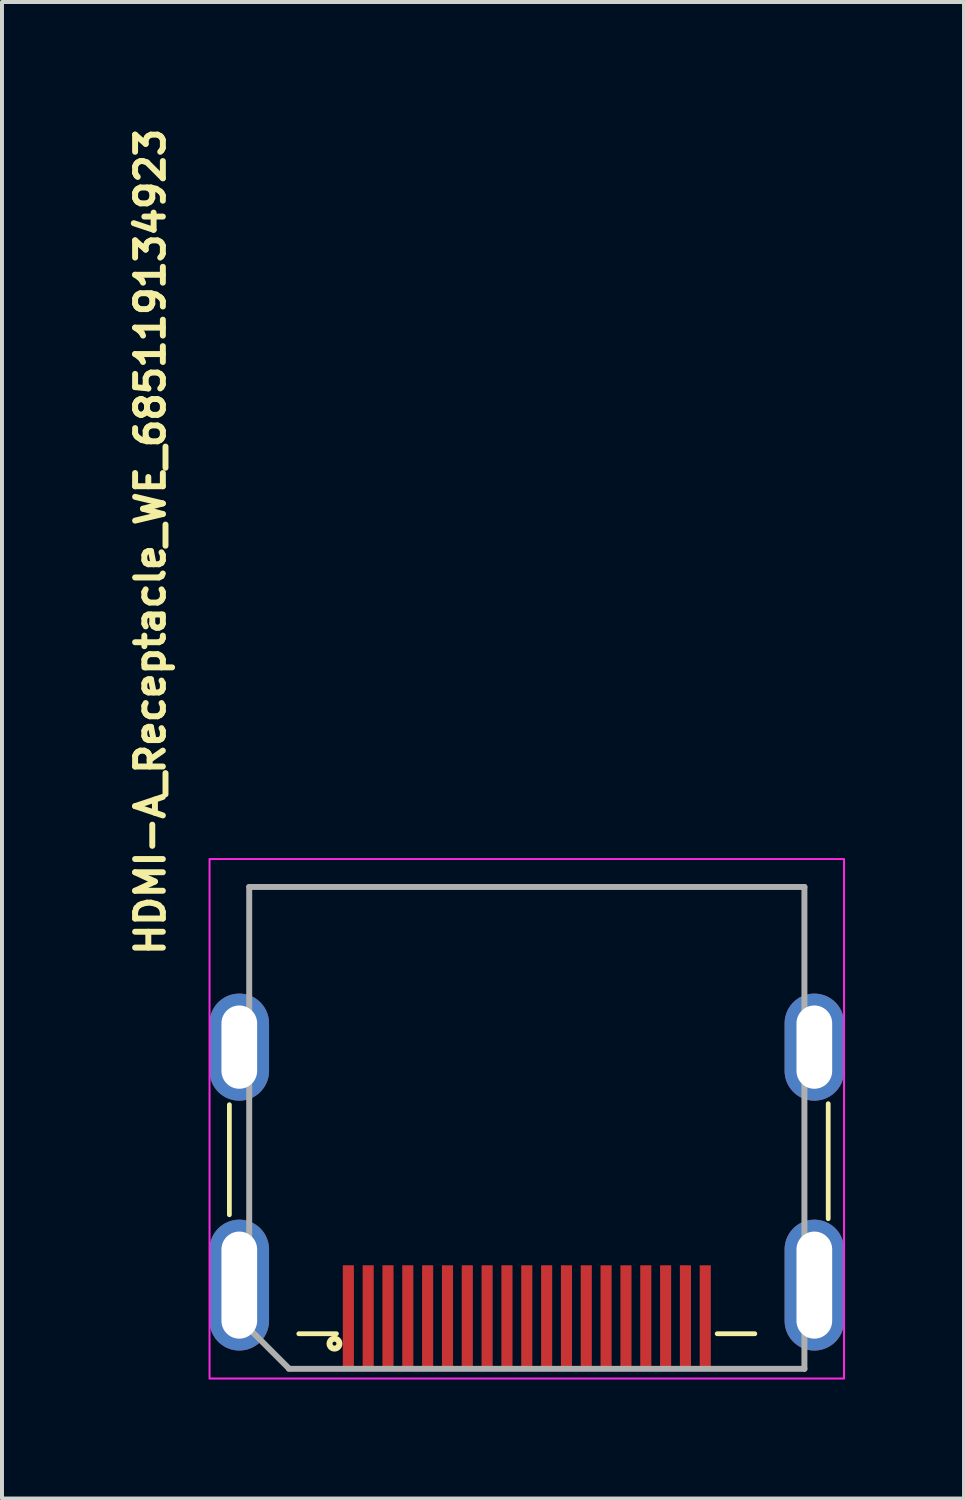
<source format=kicad_pcb>
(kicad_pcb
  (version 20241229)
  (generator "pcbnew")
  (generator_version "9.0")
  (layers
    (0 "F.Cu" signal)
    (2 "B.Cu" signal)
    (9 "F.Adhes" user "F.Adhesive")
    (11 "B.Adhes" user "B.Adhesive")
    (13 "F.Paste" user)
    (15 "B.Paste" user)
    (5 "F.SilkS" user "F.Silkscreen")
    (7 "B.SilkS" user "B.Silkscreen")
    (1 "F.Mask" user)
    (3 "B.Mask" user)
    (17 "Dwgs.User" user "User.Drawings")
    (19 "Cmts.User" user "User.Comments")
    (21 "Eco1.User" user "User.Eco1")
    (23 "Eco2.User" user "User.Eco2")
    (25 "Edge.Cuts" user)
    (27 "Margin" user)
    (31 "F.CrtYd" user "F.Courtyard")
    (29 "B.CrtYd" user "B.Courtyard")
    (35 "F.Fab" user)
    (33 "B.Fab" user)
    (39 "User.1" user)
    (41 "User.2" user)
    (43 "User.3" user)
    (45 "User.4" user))
  (footprint "HDMI-A_Receptacle_WE_685119134923"
    (layer "F.Cu")
    (at 10.284 24.931)
    (property "Reference" "HDMI-A_Receptacle_WE_685119134923" (at -9.134 -3.821 90) (layer "F.SilkS") (effects (font (size 0.7 0.7) (thickness 0.15)) (justify left bottom)))
    (attr smd)
    (fp_line (start -7.55 -0.125) (end -7.55 2.65) (stroke (width 0.12) (type solid)) (layer "F.SilkS"))
    (fp_line (start -4.85 5.65) (end -5.8 5.65) (stroke (width 0.12) (type solid)) (layer "F.SilkS"))
    (fp_line (start 5.7 5.65) (end 4.75 5.65) (stroke (width 0.12) (type solid)) (layer "F.SilkS"))
    (fp_line (start 7.55 2.75) (end 7.55 -0.15) (stroke (width 0.12) (type solid)) (layer "F.SilkS"))
    (fp_circle (center -4.9 5.9) (end -4.85 5.9) (stroke (width 0.15) (type solid)) (fill no) (layer "F.SilkS"))
    (fp_rect (start -8.05 -6.32) (end 7.949 6.78) (stroke (width 0.05) (type solid)) (fill no) (layer "F.CrtYd"))
    (fp_line (start -7.05 -5.616) (end 6.95 -5.616) (stroke (width 0.15) (type solid)) (layer "F.Fab"))
    (fp_line (start -7.05 5.525) (end -7.05 -5.616) (stroke (width 0.15) (type solid)) (layer "F.Fab"))
    (fp_line (start -7.05 5.525) (end -6.05 6.525) (stroke (width 0.15) (type solid)) (layer "F.Fab"))
    (fp_line (start 6.95 6.535) (end -6.05 6.535) (stroke (width 0.15) (type solid)) (layer "F.Fab"))
    (fp_line (start 6.95 6.535) (end 6.95 -5.616) (stroke (width 0.15) (type solid)) (layer "F.Fab"))
    (fp_rect (start -7.5 -6.077) (end 7.499 6.073) (stroke (width 0.1) (type solid)) (fill no) (layer "User.5"))
    (fp_line (start -7.5 -6.077) (end -7.351 -6.077) (stroke (width 0.02) (type solid)) (layer "User.9"))
    (fp_line (start -7.5 3.724) (end -7.5 -6.077) (stroke (width 0.02) (type solid)) (layer "User.9"))
    (fp_line (start -7.5 3.724) (end -7.5 4.325) (stroke (width 0.02) (type solid)) (layer "User.9"))
    (fp_line (start -7.5 3.724) (end -7.351 3.724) (stroke (width 0.02) (type solid)) (layer "User.9"))
    (fp_line (start -7.5 4.273) (end -7.5 4.325) (stroke (width 0.02) (type solid)) (layer "User.9"))
    (fp_line (start -7.5 4.325) (end -7.5 4.387) (stroke (width 0.02) (type solid)) (layer "User.9"))
    (fp_line (start -7.5 4.325) (end -7.5 4.411) (stroke (width 0.02) (type solid)) (layer "User.9"))
    (fp_line (start -7.5 4.387) (end -7.494 4.448) (stroke (width 0.02) (type solid)) (layer "User.9"))
    (fp_line (start -7.5 4.411) (end -7.5 4.411) (stroke (width 0.02) (type solid)) (layer "User.9"))
    (fp_line (start -7.5 4.411) (end -7.5 4.623) (stroke (width 0.02) (type solid)) (layer "User.9"))
    (fp_line (start -7.5 4.623) (end -7.5 5.224) (stroke (width 0.02) (type solid)) (layer "User.9"))
    (fp_line (start -7.5 5.437) (end -7.5 5.224) (stroke (width 0.02) (type solid)) (layer "User.9"))
    (fp_line (start -7.5 5.437) (end -7.5 5.437) (stroke (width 0.02) (type solid)) (layer "User.9"))
    (fp_line (start -7.5 5.525) (end -7.5 5.437) (stroke (width 0.02) (type solid)) (layer "User.9"))
    (fp_line (start -7.494 4.448) (end -7.484 4.511) (stroke (width 0.02) (type solid)) (layer "User.9"))
    (fp_line (start -7.484 4.511) (end -7.47 4.57) (stroke (width 0.02) (type solid)) (layer "User.9"))
    (fp_line (start -7.47 4.57) (end -7.454 4.629) (stroke (width 0.02) (type solid)) (layer "User.9"))
    (fp_line (start -7.454 4.629) (end -7.433 4.687) (stroke (width 0.02) (type solid)) (layer "User.9"))
    (fp_line (start -7.433 4.687) (end -7.409 4.743) (stroke (width 0.02) (type solid)) (layer "User.9"))
    (fp_line (start -7.409 4.743) (end -7.382 4.799) (stroke (width 0.02) (type solid)) (layer "User.9"))
    (fp_line (start -7.382 4.799) (end -7.351 4.852) (stroke (width 0.02) (type solid)) (layer "User.9"))
    (fp_line (start -7.351 -6.077) (end -7.351 -6.077) (stroke (width 0.02) (type solid)) (layer "User.9"))
    (fp_line (start -7.351 -6.077) (end -6.992 -6.077) (stroke (width 0.02) (type solid)) (layer "User.9"))
    (fp_line (start -7.351 3.724) (end -7.351 3.724) (stroke (width 0.02) (type solid)) (layer "User.9"))
    (fp_line (start -7.351 3.724) (end -7.351 4.623) (stroke (width 0.02) (type solid)) (layer "User.9"))
    (fp_line (start -7.351 3.724) (end -6.992 3.724) (stroke (width 0.02) (type solid)) (layer "User.9"))
    (fp_line (start -7.351 4.852) (end -7.316 4.903) (stroke (width 0.02) (type solid)) (layer "User.9"))
    (fp_line (start -7.316 4.903) (end -7.279 4.951) (stroke (width 0.02) (type solid)) (layer "User.9"))
    (fp_line (start -7.279 4.951) (end -7.239 4.998) (stroke (width 0.02) (type solid)) (layer "User.9"))
    (fp_line (start -7.239 4.998) (end -7.196 5.043) (stroke (width 0.02) (type solid)) (layer "User.9"))
    (fp_line (start -7.196 5.043) (end -7.151 5.084) (stroke (width 0.02) (type solid)) (layer "User.9"))
    (fp_line (start -7.151 5.084) (end -7.103 5.123) (stroke (width 0.02) (type solid)) (layer "User.9"))
    (fp_line (start -7.103 5.123) (end -7.052 5.16) (stroke (width 0.02) (type solid)) (layer "User.9"))
    (fp_line (start -7.05 3.724) (end -7.05 3.773) (stroke (width 0.02) (type solid)) (layer "User.9"))
    (fp_line (start -7.05 3.773) (end -7.05 5.275) (stroke (width 0.02) (type solid)) (layer "User.9"))
    (fp_line (start -7.05 3.773) (end -5.901 3.773) (stroke (width 0.02) (type solid)) (layer "User.9"))
    (fp_line (start -7.05 4.623) (end -7.351 4.623) (stroke (width 0.02) (type solid)) (layer "User.9"))
    (fp_line (start -7.05 5.275) (end -5.901 5.275) (stroke (width 0.02) (type solid)) (layer "User.9"))
    (fp_line (start -7 3.773) (end -7 3.724) (stroke (width 0.02) (type solid)) (layer "User.9"))
    (fp_line (start -7 5.277) (end -7 5.275) (stroke (width 0.02) (type solid)) (layer "User.9"))
    (fp_line (start -7 5.277) (end -7 5.525) (stroke (width 0.02) (type solid)) (layer "User.9"))
    (fp_line (start -7 5.277) (end -6.805 5.277) (stroke (width 0.02) (type solid)) (layer "User.9"))
    (fp_line (start -7 5.525) (end -7.5 5.525) (stroke (width 0.02) (type solid)) (layer "User.9"))
    (fp_line (start -7 6.073) (end -7 5.525) (stroke (width 0.02) (type solid)) (layer "User.9"))
    (fp_line (start -6.992 -6.077) (end 6.99 -6.077) (stroke (width 0.02) (type solid)) (layer "User.9"))
    (fp_line (start -6.813 5.275) (end -6.776 5.286) (stroke (width 0.02) (type solid)) (layer "User.9"))
    (fp_line (start -6.776 5.286) (end -6.736 5.296) (stroke (width 0.02) (type solid)) (layer "User.9"))
    (fp_line (start -6.736 5.296) (end -6.699 5.304) (stroke (width 0.02) (type solid)) (layer "User.9"))
    (fp_line (start -6.699 5.304) (end -6.659 5.312) (stroke (width 0.02) (type solid)) (layer "User.9"))
    (fp_line (start -6.659 5.312) (end -6.619 5.317) (stroke (width 0.02) (type solid)) (layer "User.9"))
    (fp_line (start -6.619 5.317) (end -6.58 5.32) (stroke (width 0.02) (type solid)) (layer "User.9"))
    (fp_line (start -6.58 5.32) (end -6.54 5.323) (stroke (width 0.02) (type solid)) (layer "User.9"))
    (fp_line (start -6.54 5.323) (end -6.5 5.323) (stroke (width 0.02) (type solid)) (layer "User.9"))
    (fp_line (start -6 5.323) (end -6.5 5.323) (stroke (width 0.02) (type solid)) (layer "User.9"))
    (fp_line (start -5.901 3.773) (end -5.901 5.275) (stroke (width 0.02) (type solid)) (layer "User.9"))
    (fp_line (start -5.901 5.525) (end -7 5.525) (stroke (width 0.02) (type solid)) (layer "User.9"))
    (fp_line (start -5.901 5.525) (end -5.901 5.323) (stroke (width 0.02) (type solid)) (layer "User.9"))
    (fp_line (start -5.901 6.073) (end -7 6.073) (stroke (width 0.02) (type solid)) (layer "User.9"))
    (fp_line (start -5.901 6.073) (end -5.901 5.525) (stroke (width 0.02) (type solid)) (layer "User.9"))
    (fp_line (start -5.789 5.323) (end -6 5.323) (stroke (width 0.02) (type solid)) (layer "User.9"))
    (fp_line (start -5.789 5.323) (end -5.789 5.323) (stroke (width 0.02) (type solid)) (layer "User.9"))
    (fp_line (start -5.765 3.724) (end -6.992 3.724) (stroke (width 0.02) (type solid)) (layer "User.9"))
    (fp_line (start -5.752 3.725) (end -5.765 3.724) (stroke (width 0.02) (type solid)) (layer "User.9"))
    (fp_line (start -5.736 3.725) (end -5.752 3.725) (stroke (width 0.02) (type solid)) (layer "User.9"))
    (fp_line (start -5.721 3.728) (end -5.736 3.725) (stroke (width 0.02) (type solid)) (layer "User.9"))
    (fp_line (start -5.707 3.729) (end -5.721 3.728) (stroke (width 0.02) (type solid)) (layer "User.9"))
    (fp_line (start -5.702 5.323) (end -5.789 5.323) (stroke (width 0.02) (type solid)) (layer "User.9"))
    (fp_line (start -5.702 5.323) (end -5.702 5.025) (stroke (width 0.02) (type solid)) (layer "User.9"))
    (fp_line (start -5.693 3.733) (end -5.707 3.729) (stroke (width 0.02) (type solid)) (layer "User.9"))
    (fp_line (start -5.678 3.737) (end -5.693 3.733) (stroke (width 0.02) (type solid)) (layer "User.9"))
    (fp_line (start -5.664 3.741) (end -5.678 3.737) (stroke (width 0.02) (type solid)) (layer "User.9"))
    (fp_line (start -5.651 3.746) (end -5.664 3.741) (stroke (width 0.02) (type solid)) (layer "User.9"))
    (fp_line (start -5.638 3.753) (end -5.651 3.746) (stroke (width 0.02) (type solid)) (layer "User.9"))
    (fp_line (start -5.625 3.76) (end -5.638 3.753) (stroke (width 0.02) (type solid)) (layer "User.9"))
    (fp_line (start -5.611 3.766) (end -5.625 3.76) (stroke (width 0.02) (type solid)) (layer "User.9"))
    (fp_line (start -5.6 3.774) (end -5.611 3.766) (stroke (width 0.02) (type solid)) (layer "User.9"))
    (fp_line (start -5.587 3.782) (end -5.6 3.774) (stroke (width 0.02) (type solid)) (layer "User.9"))
    (fp_line (start -5.576 3.792) (end -5.587 3.782) (stroke (width 0.02) (type solid)) (layer "User.9"))
    (fp_line (start -5.564 3.801) (end -5.576 3.792) (stroke (width 0.02) (type solid)) (layer "User.9"))
    (fp_line (start -5.553 3.812) (end -5.564 3.801) (stroke (width 0.02) (type solid)) (layer "User.9"))
    (fp_line (start -5.553 3.812) (end -5.553 3.812) (stroke (width 0.02) (type solid)) (layer "User.9"))
    (fp_line (start -5.544 3.822) (end -5.553 3.812) (stroke (width 0.02) (type solid)) (layer "User.9"))
    (fp_line (start -5.534 3.833) (end -5.544 3.822) (stroke (width 0.02) (type solid)) (layer "User.9"))
    (fp_line (start -5.524 3.846) (end -5.534 3.833) (stroke (width 0.02) (type solid)) (layer "User.9"))
    (fp_line (start -5.516 3.858) (end -5.524 3.846) (stroke (width 0.02) (type solid)) (layer "User.9"))
    (fp_line (start -5.508 3.87) (end -5.516 3.858) (stroke (width 0.02) (type solid)) (layer "User.9"))
    (fp_line (start -5.502 3.882) (end -5.508 3.87) (stroke (width 0.02) (type solid)) (layer "User.9"))
    (fp_line (start -5.494 3.895) (end -5.502 3.882) (stroke (width 0.02) (type solid)) (layer "User.9"))
    (fp_line (start -5.489 3.91) (end -5.494 3.895) (stroke (width 0.02) (type solid)) (layer "User.9"))
    (fp_line (start -5.484 3.922) (end -5.489 3.91) (stroke (width 0.02) (type solid)) (layer "User.9"))
    (fp_line (start -5.478 3.937) (end -5.484 3.922) (stroke (width 0.02) (type solid)) (layer "User.9"))
    (fp_line (start -5.476 3.95) (end -5.478 3.937) (stroke (width 0.02) (type solid)) (layer "User.9"))
    (fp_line (start -5.471 3.966) (end -5.476 3.95) (stroke (width 0.02) (type solid)) (layer "User.9"))
    (fp_line (start -5.47 3.979) (end -5.471 3.966) (stroke (width 0.02) (type solid)) (layer "User.9"))
    (fp_line (start -5.468 3.995) (end -5.47 3.979) (stroke (width 0.02) (type solid)) (layer "User.9"))
    (fp_line (start -5.467 4.009) (end -5.468 3.995) (stroke (width 0.02) (type solid)) (layer "User.9"))
    (fp_line (start -5.465 4.023) (end -5.467 4.009) (stroke (width 0.02) (type solid)) (layer "User.9"))
    (fp_line (start -5.465 4.523) (end -5.465 4.023) (stroke (width 0.02) (type solid)) (layer "User.9"))
    (fp_line (start -5.465 4.523) (end -5.465 4.855) (stroke (width 0.02) (type solid)) (layer "User.9"))
    (fp_line (start -5.465 4.855) (end -5.465 4.855) (stroke (width 0.02) (type solid)) (layer "User.9"))
    (fp_line (start -5.465 4.855) (end -5.465 5.057) (stroke (width 0.02) (type solid)) (layer "User.9"))
    (fp_line (start -5.465 5.025) (end -5.901 5.025) (stroke (width 0.02) (type solid)) (layer "User.9"))
    (fp_line (start -5.465 5.057) (end -5.465 5.057) (stroke (width 0.02) (type solid)) (layer "User.9"))
    (fp_line (start -5.465 5.057) (end -5.465 5.232) (stroke (width 0.02) (type solid)) (layer "User.9"))
    (fp_line (start -5.465 5.232) (end -5.465 5.232) (stroke (width 0.02) (type solid)) (layer "User.9"))
    (fp_line (start -5.465 5.232) (end -5.465 5.305) (stroke (width 0.02) (type solid)) (layer "User.9"))
    (fp_line (start -5.465 5.305) (end -5.465 5.305) (stroke (width 0.02) (type solid)) (layer "User.9"))
    (fp_line (start -5.465 5.305) (end -5.465 5.371) (stroke (width 0.02) (type solid)) (layer "User.9"))
    (fp_line (start -5.465 5.371) (end -5.465 5.371) (stroke (width 0.02) (type solid)) (layer "User.9"))
    (fp_line (start -5.465 5.371) (end -5.465 5.424) (stroke (width 0.02) (type solid)) (layer "User.9"))
    (fp_line (start -5.465 5.424) (end -5.465 5.424) (stroke (width 0.02) (type solid)) (layer "User.9"))
    (fp_line (start -5.465 5.424) (end -5.465 5.467) (stroke (width 0.02) (type solid)) (layer "User.9"))
    (fp_line (start -5.465 5.467) (end -5.465 5.467) (stroke (width 0.02) (type solid)) (layer "User.9"))
    (fp_line (start -5.465 5.467) (end -5.465 5.499) (stroke (width 0.02) (type solid)) (layer "User.9"))
    (fp_line (start -5.465 5.499) (end -5.465 5.499) (stroke (width 0.02) (type solid)) (layer "User.9"))
    (fp_line (start -5.465 5.499) (end -5.465 5.517) (stroke (width 0.02) (type solid)) (layer "User.9"))
    (fp_line (start -5.465 5.517) (end -5.465 5.517) (stroke (width 0.02) (type solid)) (layer "User.9"))
    (fp_line (start -5.465 5.517) (end -5.465 5.525) (stroke (width 0.02) (type solid)) (layer "User.9"))
    (fp_line (start -4.651 5.525) (end -4.651 5.823) (stroke (width 0.02) (type solid)) (layer "User.9"))
    (fp_line (start -4.651 5.823) (end -4.452 5.823) (stroke (width 0.02) (type solid)) (layer "User.9"))
    (fp_line (start -4.452 5.525) (end -4.452 5.823) (stroke (width 0.02) (type solid)) (layer "User.9"))
    (fp_line (start -4.151 5.525) (end -4.151 5.823) (stroke (width 0.02) (type solid)) (layer "User.9"))
    (fp_line (start -4.151 5.823) (end -3.951 5.823) (stroke (width 0.02) (type solid)) (layer "User.9"))
    (fp_line (start -3.951 5.525) (end -3.951 5.823) (stroke (width 0.02) (type solid)) (layer "User.9"))
    (fp_line (start -3.766 4.299) (end -3.766 4.325) (stroke (width 0.02) (type solid)) (layer "User.9"))
    (fp_line (start -3.766 4.523) (end -3.766 4.325) (stroke (width 0.02) (type solid)) (layer "User.9"))
    (fp_line (start -3.766 4.523) (end -3.766 5.195) (stroke (width 0.02) (type solid)) (layer "User.9"))
    (fp_line (start -3.766 5.014) (end -3.766 5.014) (stroke (width 0.02) (type solid)) (layer "User.9"))
    (fp_line (start -3.766 5.014) (end -3.766 5.015) (stroke (width 0.02) (type solid)) (layer "User.9"))
    (fp_line (start -3.766 5.015) (end -3.766 5.015) (stroke (width 0.02) (type solid)) (layer "User.9"))
    (fp_line (start -3.766 5.015) (end -3.766 5.017) (stroke (width 0.02) (type solid)) (layer "User.9"))
    (fp_line (start -3.766 5.017) (end -3.766 5.017) (stroke (width 0.02) (type solid)) (layer "User.9"))
    (fp_line (start -3.766 5.017) (end -3.766 5.017) (stroke (width 0.02) (type solid)) (layer "User.9"))
    (fp_line (start -3.766 5.017) (end -3.766 5.017) (stroke (width 0.02) (type solid)) (layer "User.9"))
    (fp_line (start -3.766 5.017) (end -3.766 5.019) (stroke (width 0.02) (type solid)) (layer "User.9"))
    (fp_line (start -3.766 5.019) (end -3.766 5.019) (stroke (width 0.02) (type solid)) (layer "User.9"))
    (fp_line (start -3.766 5.019) (end -3.766 5.02) (stroke (width 0.02) (type solid)) (layer "User.9"))
    (fp_line (start -3.766 5.02) (end -3.765 5.02) (stroke (width 0.02) (type solid)) (layer "User.9"))
    (fp_line (start -3.766 5.195) (end -3.766 5.195) (stroke (width 0.02) (type solid)) (layer "User.9"))
    (fp_line (start -3.766 5.195) (end -3.766 5.269) (stroke (width 0.02) (type solid)) (layer "User.9"))
    (fp_line (start -3.766 5.269) (end -3.766 5.269) (stroke (width 0.02) (type solid)) (layer "User.9"))
    (fp_line (start -3.766 5.269) (end -3.766 5.334) (stroke (width 0.02) (type solid)) (layer "User.9"))
    (fp_line (start -3.766 5.334) (end -3.766 5.334) (stroke (width 0.02) (type solid)) (layer "User.9"))
    (fp_line (start -3.766 5.334) (end -3.766 5.392) (stroke (width 0.02) (type solid)) (layer "User.9"))
    (fp_line (start -3.766 5.392) (end -3.766 5.392) (stroke (width 0.02) (type solid)) (layer "User.9"))
    (fp_line (start -3.766 5.392) (end -3.766 5.438) (stroke (width 0.02) (type solid)) (layer "User.9"))
    (fp_line (start -3.766 5.438) (end -3.766 5.438) (stroke (width 0.02) (type solid)) (layer "User.9"))
    (fp_line (start -3.766 5.438) (end -3.766 5.477) (stroke (width 0.02) (type solid)) (layer "User.9"))
    (fp_line (start -3.766 5.477) (end -3.766 5.477) (stroke (width 0.02) (type solid)) (layer "User.9"))
    (fp_line (start -3.766 5.477) (end -3.766 5.504) (stroke (width 0.02) (type solid)) (layer "User.9"))
    (fp_line (start -3.766 5.504) (end -3.766 5.504) (stroke (width 0.02) (type solid)) (layer "User.9"))
    (fp_line (start -3.766 5.504) (end -3.766 5.519) (stroke (width 0.02) (type solid)) (layer "User.9"))
    (fp_line (start -3.766 5.52) (end -3.766 5.519) (stroke (width 0.02) (type solid)) (layer "User.9"))
    (fp_line (start -3.766 5.52) (end -3.766 5.52) (stroke (width 0.02) (type solid)) (layer "User.9"))
    (fp_line (start -3.766 5.52) (end -3.766 5.52) (stroke (width 0.02) (type solid)) (layer "User.9"))
    (fp_line (start -3.766 5.52) (end -3.766 5.52) (stroke (width 0.02) (type solid)) (layer "User.9"))
    (fp_line (start -3.766 5.52) (end -3.766 5.52) (stroke (width 0.02) (type solid)) (layer "User.9"))
    (fp_line (start -3.766 5.52) (end -3.766 5.52) (stroke (width 0.02) (type solid)) (layer "User.9"))
    (fp_line (start -3.766 5.52) (end -3.766 5.52) (stroke (width 0.02) (type solid)) (layer "User.9"))
    (fp_line (start -3.766 5.522) (end -3.766 5.52) (stroke (width 0.02) (type solid)) (layer "User.9"))
    (fp_line (start -3.766 5.522) (end -3.766 5.522) (stroke (width 0.02) (type solid)) (layer "User.9"))
    (fp_line (start -3.766 5.522) (end -3.766 5.522) (stroke (width 0.02) (type solid)) (layer "User.9"))
    (fp_line (start -3.765 5.02) (end -3.765 5.02) (stroke (width 0.02) (type solid)) (layer "User.9"))
    (fp_line (start -3.765 5.02) (end -3.765 5.02) (stroke (width 0.02) (type solid)) (layer "User.9"))
    (fp_line (start -3.765 5.02) (end -3.765 5.02) (stroke (width 0.02) (type solid)) (layer "User.9"))
    (fp_line (start -3.765 5.02) (end -3.763 5.022) (stroke (width 0.02) (type solid)) (layer "User.9"))
    (fp_line (start -3.765 5.522) (end -3.766 5.522) (stroke (width 0.02) (type solid)) (layer "User.9"))
    (fp_line (start -3.765 5.522) (end -3.765 5.522) (stroke (width 0.02) (type solid)) (layer "User.9"))
    (fp_line (start -3.765 5.522) (end -3.765 5.522) (stroke (width 0.02) (type solid)) (layer "User.9"))
    (fp_line (start -3.763 4.275) (end -3.766 4.299) (stroke (width 0.02) (type solid)) (layer "User.9"))
    (fp_line (start -3.763 5.022) (end -3.763 5.022) (stroke (width 0.02) (type solid)) (layer "User.9"))
    (fp_line (start -3.763 5.022) (end -3.763 5.022) (stroke (width 0.02) (type solid)) (layer "User.9"))
    (fp_line (start -3.763 5.022) (end -3.762 5.022) (stroke (width 0.02) (type solid)) (layer "User.9"))
    (fp_line (start -3.763 5.522) (end -3.765 5.522) (stroke (width 0.02) (type solid)) (layer "User.9"))
    (fp_line (start -3.762 5.022) (end -3.762 5.022) (stroke (width 0.02) (type solid)) (layer "User.9"))
    (fp_line (start -3.762 5.022) (end -3.762 5.022) (stroke (width 0.02) (type solid)) (layer "User.9"))
    (fp_line (start -3.762 5.022) (end -3.762 5.022) (stroke (width 0.02) (type solid)) (layer "User.9"))
    (fp_line (start -3.762 5.022) (end -3.762 5.023) (stroke (width 0.02) (type solid)) (layer "User.9"))
    (fp_line (start -3.762 5.023) (end -3.761 5.023) (stroke (width 0.02) (type solid)) (layer "User.9"))
    (fp_line (start -3.762 5.523) (end -3.763 5.522) (stroke (width 0.02) (type solid)) (layer "User.9"))
    (fp_line (start -3.762 5.523) (end -3.762 5.523) (stroke (width 0.02) (type solid)) (layer "User.9"))
    (fp_line (start -3.762 5.523) (end -3.762 5.523) (stroke (width 0.02) (type solid)) (layer "User.9"))
    (fp_line (start -3.761 4.251) (end -3.763 4.275) (stroke (width 0.02) (type solid)) (layer "User.9"))
    (fp_line (start -3.761 5.023) (end -3.761 5.023) (stroke (width 0.02) (type solid)) (layer "User.9"))
    (fp_line (start -3.761 5.023) (end -3.759 5.023) (stroke (width 0.02) (type solid)) (layer "User.9"))
    (fp_line (start -3.761 5.523) (end -3.762 5.523) (stroke (width 0.02) (type solid)) (layer "User.9"))
    (fp_line (start -3.759 5.023) (end -3.759 5.023) (stroke (width 0.02) (type solid)) (layer "User.9"))
    (fp_line (start -3.759 5.023) (end -3.758 5.023) (stroke (width 0.02) (type solid)) (layer "User.9"))
    (fp_line (start -3.759 5.523) (end -3.761 5.523) (stroke (width 0.02) (type solid)) (layer "User.9"))
    (fp_line (start -3.758 5.023) (end -3.758 5.023) (stroke (width 0.02) (type solid)) (layer "User.9"))
    (fp_line (start -3.758 5.023) (end -3.758 5.023) (stroke (width 0.02) (type solid)) (layer "User.9"))
    (fp_line (start -3.758 5.023) (end -3.758 5.023) (stroke (width 0.02) (type solid)) (layer "User.9"))
    (fp_line (start -3.758 5.023) (end -3.757 5.023) (stroke (width 0.02) (type solid)) (layer "User.9"))
    (fp_line (start -3.758 5.523) (end -3.759 5.523) (stroke (width 0.02) (type solid)) (layer "User.9"))
    (fp_line (start -3.758 5.523) (end -3.758 5.523) (stroke (width 0.02) (type solid)) (layer "User.9"))
    (fp_line (start -3.757 4.225) (end -3.761 4.251) (stroke (width 0.02) (type solid)) (layer "User.9"))
    (fp_line (start -3.757 5.023) (end -3.755 5.025) (stroke (width 0.02) (type solid)) (layer "User.9"))
    (fp_line (start -3.755 5.525) (end -5.465 5.525) (stroke (width 0.02) (type solid)) (layer "User.9"))
    (fp_line (start -3.755 5.525) (end -3.758 5.523) (stroke (width 0.02) (type solid)) (layer "User.9"))
    (fp_line (start -3.755 5.525) (end -3.583 5.525) (stroke (width 0.02) (type solid)) (layer "User.9"))
    (fp_line (start -3.75 4.203) (end -3.757 4.225) (stroke (width 0.02) (type solid)) (layer "User.9"))
    (fp_line (start -3.745 4.179) (end -3.75 4.203) (stroke (width 0.02) (type solid)) (layer "User.9"))
    (fp_line (start -3.737 4.155) (end -3.745 4.179) (stroke (width 0.02) (type solid)) (layer "User.9"))
    (fp_line (start -3.727 4.132) (end -3.737 4.155) (stroke (width 0.02) (type solid)) (layer "User.9"))
    (fp_line (start -3.718 4.11) (end -3.727 4.132) (stroke (width 0.02) (type solid)) (layer "User.9"))
    (fp_line (start -3.708 4.089) (end -3.718 4.11) (stroke (width 0.02) (type solid)) (layer "User.9"))
    (fp_line (start -3.696 4.068) (end -3.708 4.089) (stroke (width 0.02) (type solid)) (layer "User.9"))
    (fp_line (start -3.681 4.046) (end -3.696 4.068) (stroke (width 0.02) (type solid)) (layer "User.9"))
    (fp_line (start -3.668 4.027) (end -3.681 4.046) (stroke (width 0.02) (type solid)) (layer "User.9"))
    (fp_line (start -3.653 4.007) (end -3.668 4.027) (stroke (width 0.02) (type solid)) (layer "User.9"))
    (fp_line (start -3.65 5.525) (end -3.65 5.823) (stroke (width 0.02) (type solid)) (layer "User.9"))
    (fp_line (start -3.65 5.823) (end -3.451 5.823) (stroke (width 0.02) (type solid)) (layer "User.9"))
    (fp_line (start -3.637 3.988) (end -3.653 4.007) (stroke (width 0.02) (type solid)) (layer "User.9"))
    (fp_line (start -3.62 3.971) (end -3.637 3.988) (stroke (width 0.02) (type solid)) (layer "User.9"))
    (fp_line (start -3.62 3.971) (end -3.62 3.971) (stroke (width 0.02) (type solid)) (layer "User.9"))
    (fp_line (start -3.601 3.954) (end -3.62 3.971) (stroke (width 0.02) (type solid)) (layer "User.9"))
    (fp_line (start -3.583 3.938) (end -3.601 3.954) (stroke (width 0.02) (type solid)) (layer "User.9"))
    (fp_line (start -3.583 5.525) (end -3.583 5.525) (stroke (width 0.02) (type solid)) (layer "User.9"))
    (fp_line (start -3.583 5.525) (end -3.266 5.525) (stroke (width 0.02) (type solid)) (layer "User.9"))
    (fp_line (start -3.564 3.922) (end -3.583 3.938) (stroke (width 0.02) (type solid)) (layer "User.9"))
    (fp_line (start -3.544 3.909) (end -3.564 3.922) (stroke (width 0.02) (type solid)) (layer "User.9"))
    (fp_line (start -3.523 3.894) (end -3.544 3.909) (stroke (width 0.02) (type solid)) (layer "User.9"))
    (fp_line (start -3.501 3.882) (end -3.523 3.894) (stroke (width 0.02) (type solid)) (layer "User.9"))
    (fp_line (start -3.48 3.871) (end -3.501 3.882) (stroke (width 0.02) (type solid)) (layer "User.9"))
    (fp_line (start -3.457 3.862) (end -3.48 3.871) (stroke (width 0.02) (type solid)) (layer "User.9"))
    (fp_line (start -3.451 5.525) (end -3.451 5.823) (stroke (width 0.02) (type solid)) (layer "User.9"))
    (fp_line (start -3.435 3.854) (end -3.457 3.862) (stroke (width 0.02) (type solid)) (layer "User.9"))
    (fp_line (start -3.411 3.846) (end -3.435 3.854) (stroke (width 0.02) (type solid)) (layer "User.9"))
    (fp_line (start -3.387 3.839) (end -3.411 3.846) (stroke (width 0.02) (type solid)) (layer "User.9"))
    (fp_line (start -3.364 3.833) (end -3.387 3.839) (stroke (width 0.02) (type solid)) (layer "User.9"))
    (fp_line (start -3.339 3.829) (end -3.364 3.833) (stroke (width 0.02) (type solid)) (layer "User.9"))
    (fp_line (start -3.315 3.826) (end -3.339 3.829) (stroke (width 0.02) (type solid)) (layer "User.9"))
    (fp_line (start -3.29 3.825) (end -3.315 3.826) (stroke (width 0.02) (type solid)) (layer "User.9"))
    (fp_line (start -3.266 3.824) (end -3.29 3.825) (stroke (width 0.02) (type solid)) (layer "User.9"))
    (fp_line (start -3.266 3.824) (end -1.266 3.824) (stroke (width 0.02) (type solid)) (layer "User.9"))
    (fp_line (start -3.15 5.525) (end -3.15 5.823) (stroke (width 0.02) (type solid)) (layer "User.9"))
    (fp_line (start -3.15 5.823) (end -2.951 5.823) (stroke (width 0.02) (type solid)) (layer "User.9"))
    (fp_line (start -2.951 5.525) (end -2.951 5.823) (stroke (width 0.02) (type solid)) (layer "User.9"))
    (fp_line (start -2.65 5.525) (end -2.65 5.823) (stroke (width 0.02) (type solid)) (layer "User.9"))
    (fp_line (start -2.65 5.823) (end -2.451 5.823) (stroke (width 0.02) (type solid)) (layer "User.9"))
    (fp_line (start -2.451 5.525) (end -2.451 5.823) (stroke (width 0.02) (type solid)) (layer "User.9"))
    (fp_line (start -2.15 5.525) (end -2.15 5.823) (stroke (width 0.02) (type solid)) (layer "User.9"))
    (fp_line (start -2.15 5.823) (end -1.95 5.823) (stroke (width 0.02) (type solid)) (layer "User.9"))
    (fp_line (start -1.95 5.525) (end -1.95 5.823) (stroke (width 0.02) (type solid)) (layer "User.9"))
    (fp_line (start -1.651 5.525) (end -1.651 5.823) (stroke (width 0.02) (type solid)) (layer "User.9"))
    (fp_line (start -1.651 5.823) (end -1.45 5.823) (stroke (width 0.02) (type solid)) (layer "User.9"))
    (fp_line (start -1.45 5.525) (end -1.45 5.823) (stroke (width 0.02) (type solid)) (layer "User.9"))
    (fp_line (start -1.266 5.525) (end -3.266 5.525) (stroke (width 0.02) (type solid)) (layer "User.9"))
    (fp_line (start -1.266 5.525) (end -0.95 5.525) (stroke (width 0.02) (type solid)) (layer "User.9"))
    (fp_line (start -1.242 3.825) (end -1.266 3.824) (stroke (width 0.02) (type solid)) (layer "User.9"))
    (fp_line (start -1.216 3.826) (end -1.242 3.825) (stroke (width 0.02) (type solid)) (layer "User.9"))
    (fp_line (start -1.192 3.829) (end -1.216 3.826) (stroke (width 0.02) (type solid)) (layer "User.9"))
    (fp_line (start -1.168 3.833) (end -1.192 3.829) (stroke (width 0.02) (type solid)) (layer "User.9"))
    (fp_line (start -1.151 5.525) (end -1.151 5.823) (stroke (width 0.02) (type solid)) (layer "User.9"))
    (fp_line (start -1.151 5.823) (end -0.951 5.823) (stroke (width 0.02) (type solid)) (layer "User.9"))
    (fp_line (start -1.145 3.839) (end -1.168 3.833) (stroke (width 0.02) (type solid)) (layer "User.9"))
    (fp_line (start -1.121 3.846) (end -1.145 3.839) (stroke (width 0.02) (type solid)) (layer "User.9"))
    (fp_line (start -1.097 3.854) (end -1.121 3.846) (stroke (width 0.02) (type solid)) (layer "User.9"))
    (fp_line (start -1.075 3.862) (end -1.097 3.854) (stroke (width 0.02) (type solid)) (layer "User.9"))
    (fp_line (start -1.053 3.871) (end -1.075 3.862) (stroke (width 0.02) (type solid)) (layer "User.9"))
    (fp_line (start -1.031 3.882) (end -1.053 3.871) (stroke (width 0.02) (type solid)) (layer "User.9"))
    (fp_line (start -1.01 3.894) (end -1.031 3.882) (stroke (width 0.02) (type solid)) (layer "User.9"))
    (fp_line (start -0.988 3.909) (end -1.01 3.894) (stroke (width 0.02) (type solid)) (layer "User.9"))
    (fp_line (start -0.968 3.922) (end -0.988 3.909) (stroke (width 0.02) (type solid)) (layer "User.9"))
    (fp_line (start -0.951 5.525) (end -0.951 5.823) (stroke (width 0.02) (type solid)) (layer "User.9"))
    (fp_line (start -0.95 3.938) (end -0.968 3.922) (stroke (width 0.02) (type solid)) (layer "User.9"))
    (fp_line (start -0.95 5.525) (end -0.95 5.525) (stroke (width 0.02) (type solid)) (layer "User.9"))
    (fp_line (start -0.95 5.525) (end -0.777 5.525) (stroke (width 0.02) (type solid)) (layer "User.9"))
    (fp_line (start -0.931 3.954) (end -0.95 3.938) (stroke (width 0.02) (type solid)) (layer "User.9"))
    (fp_line (start -0.913 3.971) (end -0.931 3.954) (stroke (width 0.02) (type solid)) (layer "User.9"))
    (fp_line (start -0.913 3.971) (end -0.913 3.971) (stroke (width 0.02) (type solid)) (layer "User.9"))
    (fp_line (start -0.895 3.988) (end -0.913 3.971) (stroke (width 0.02) (type solid)) (layer "User.9"))
    (fp_line (start -0.879 4.007) (end -0.895 3.988) (stroke (width 0.02) (type solid)) (layer "User.9"))
    (fp_line (start -0.864 4.027) (end -0.879 4.007) (stroke (width 0.02) (type solid)) (layer "User.9"))
    (fp_line (start -0.85 4.046) (end -0.864 4.027) (stroke (width 0.02) (type solid)) (layer "User.9"))
    (fp_line (start -0.836 4.068) (end -0.85 4.046) (stroke (width 0.02) (type solid)) (layer "User.9"))
    (fp_line (start -0.825 4.089) (end -0.836 4.068) (stroke (width 0.02) (type solid)) (layer "User.9"))
    (fp_line (start -0.814 4.11) (end -0.825 4.089) (stroke (width 0.02) (type solid)) (layer "User.9"))
    (fp_line (start -0.805 4.132) (end -0.814 4.11) (stroke (width 0.02) (type solid)) (layer "User.9"))
    (fp_line (start -0.796 4.155) (end -0.805 4.132) (stroke (width 0.02) (type solid)) (layer "User.9"))
    (fp_line (start -0.788 4.179) (end -0.796 4.155) (stroke (width 0.02) (type solid)) (layer "User.9"))
    (fp_line (start -0.782 4.203) (end -0.788 4.179) (stroke (width 0.02) (type solid)) (layer "User.9"))
    (fp_line (start -0.777 5.025) (end -3.755 5.025) (stroke (width 0.02) (type solid)) (layer "User.9"))
    (fp_line (start -0.777 5.025) (end -0.776 5.023) (stroke (width 0.02) (type solid)) (layer "User.9"))
    (fp_line (start -0.776 4.225) (end -0.782 4.203) (stroke (width 0.02) (type solid)) (layer "User.9"))
    (fp_line (start -0.776 5.023) (end -0.775 5.023) (stroke (width 0.02) (type solid)) (layer "User.9"))
    (fp_line (start -0.776 5.523) (end -0.777 5.525) (stroke (width 0.02) (type solid)) (layer "User.9"))
    (fp_line (start -0.775 5.023) (end -0.775 5.023) (stroke (width 0.02) (type solid)) (layer "User.9"))
    (fp_line (start -0.775 5.023) (end -0.774 5.023) (stroke (width 0.02) (type solid)) (layer "User.9"))
    (fp_line (start -0.775 5.523) (end -0.776 5.523) (stroke (width 0.02) (type solid)) (layer "User.9"))
    (fp_line (start -0.775 5.523) (end -0.775 5.523) (stroke (width 0.02) (type solid)) (layer "User.9"))
    (fp_line (start -0.774 5.023) (end -0.774 5.023) (stroke (width 0.02) (type solid)) (layer "User.9"))
    (fp_line (start -0.774 5.023) (end -0.773 5.023) (stroke (width 0.02) (type solid)) (layer "User.9"))
    (fp_line (start -0.774 5.523) (end -0.775 5.523) (stroke (width 0.02) (type solid)) (layer "User.9"))
    (fp_line (start -0.774 5.523) (end -0.774 5.523) (stroke (width 0.02) (type solid)) (layer "User.9"))
    (fp_line (start -0.773 5.023) (end -0.773 5.023) (stroke (width 0.02) (type solid)) (layer "User.9"))
    (fp_line (start -0.773 5.023) (end -0.772 5.023) (stroke (width 0.02) (type solid)) (layer "User.9"))
    (fp_line (start -0.773 5.523) (end -0.774 5.523) (stroke (width 0.02) (type solid)) (layer "User.9"))
    (fp_line (start -0.773 5.523) (end -0.773 5.523) (stroke (width 0.02) (type solid)) (layer "User.9"))
    (fp_line (start -0.772 4.251) (end -0.776 4.225) (stroke (width 0.02) (type solid)) (layer "User.9"))
    (fp_line (start -0.772 5.023) (end -0.772 5.023) (stroke (width 0.02) (type solid)) (layer "User.9"))
    (fp_line (start -0.772 5.023) (end -0.771 5.023) (stroke (width 0.02) (type solid)) (layer "User.9"))
    (fp_line (start -0.772 5.523) (end -0.773 5.523) (stroke (width 0.02) (type solid)) (layer "User.9"))
    (fp_line (start -0.772 5.523) (end -0.772 5.523) (stroke (width 0.02) (type solid)) (layer "User.9"))
    (fp_line (start -0.771 5.022) (end -0.77 5.022) (stroke (width 0.02) (type solid)) (layer "User.9"))
    (fp_line (start -0.771 5.023) (end -0.771 5.022) (stroke (width 0.02) (type solid)) (layer "User.9"))
    (fp_line (start -0.771 5.523) (end -0.772 5.523) (stroke (width 0.02) (type solid)) (layer "User.9"))
    (fp_line (start -0.771 5.523) (end -0.771 5.523) (stroke (width 0.02) (type solid)) (layer "User.9"))
    (fp_line (start -0.77 5.022) (end -0.77 5.022) (stroke (width 0.02) (type solid)) (layer "User.9"))
    (fp_line (start -0.77 5.022) (end -0.77 5.022) (stroke (width 0.02) (type solid)) (layer "User.9"))
    (fp_line (start -0.77 5.022) (end -0.768 5.022) (stroke (width 0.02) (type solid)) (layer "User.9"))
    (fp_line (start -0.77 5.523) (end -0.771 5.523) (stroke (width 0.02) (type solid)) (layer "User.9"))
    (fp_line (start -0.77 5.523) (end -0.77 5.523) (stroke (width 0.02) (type solid)) (layer "User.9"))
    (fp_line (start -0.77 5.523) (end -0.77 5.523) (stroke (width 0.02) (type solid)) (layer "User.9"))
    (fp_line (start -0.768 4.275) (end -0.772 4.251) (stroke (width 0.02) (type solid)) (layer "User.9"))
    (fp_line (start -0.768 5.022) (end -0.768 5.022) (stroke (width 0.02) (type solid)) (layer "User.9"))
    (fp_line (start -0.768 5.022) (end -0.768 5.022) (stroke (width 0.02) (type solid)) (layer "User.9"))
    (fp_line (start -0.768 5.022) (end -0.767 5.02) (stroke (width 0.02) (type solid)) (layer "User.9"))
    (fp_line (start -0.768 5.522) (end -0.77 5.523) (stroke (width 0.02) (type solid)) (layer "User.9"))
    (fp_line (start -0.768 5.522) (end -0.768 5.522) (stroke (width 0.02) (type solid)) (layer "User.9"))
    (fp_line (start -0.768 5.522) (end -0.768 5.522) (stroke (width 0.02) (type solid)) (layer "User.9"))
    (fp_line (start -0.767 5.02) (end -0.767 5.02) (stroke (width 0.02) (type solid)) (layer "User.9"))
    (fp_line (start -0.767 5.02) (end -0.767 5.02) (stroke (width 0.02) (type solid)) (layer "User.9"))
    (fp_line (start -0.767 5.02) (end -0.767 5.02) (stroke (width 0.02) (type solid)) (layer "User.9"))
    (fp_line (start -0.767 5.02) (end -0.766 5.02) (stroke (width 0.02) (type solid)) (layer "User.9"))
    (fp_line (start -0.767 5.522) (end -0.768 5.522) (stroke (width 0.02) (type solid)) (layer "User.9"))
    (fp_line (start -0.767 5.522) (end -0.767 5.522) (stroke (width 0.02) (type solid)) (layer "User.9"))
    (fp_line (start -0.767 5.522) (end -0.767 5.522) (stroke (width 0.02) (type solid)) (layer "User.9"))
    (fp_line (start -0.767 5.522) (end -0.767 5.522) (stroke (width 0.02) (type solid)) (layer "User.9"))
    (fp_line (start -0.766 4.299) (end -0.768 4.275) (stroke (width 0.02) (type solid)) (layer "User.9"))
    (fp_line (start -0.766 5.014) (end -0.765 5.014) (stroke (width 0.02) (type solid)) (layer "User.9"))
    (fp_line (start -0.766 5.015) (end -0.766 5.014) (stroke (width 0.02) (type solid)) (layer "User.9"))
    (fp_line (start -0.766 5.015) (end -0.766 5.015) (stroke (width 0.02) (type solid)) (layer "User.9"))
    (fp_line (start -0.766 5.017) (end -0.766 5.015) (stroke (width 0.02) (type solid)) (layer "User.9"))
    (fp_line (start -0.766 5.017) (end -0.766 5.017) (stroke (width 0.02) (type solid)) (layer "User.9"))
    (fp_line (start -0.766 5.017) (end -0.766 5.017) (stroke (width 0.02) (type solid)) (layer "User.9"))
    (fp_line (start -0.766 5.017) (end -0.766 5.017) (stroke (width 0.02) (type solid)) (layer "User.9"))
    (fp_line (start -0.766 5.019) (end -0.766 5.017) (stroke (width 0.02) (type solid)) (layer "User.9"))
    (fp_line (start -0.766 5.019) (end -0.766 5.019) (stroke (width 0.02) (type solid)) (layer "User.9"))
    (fp_line (start -0.766 5.02) (end -0.766 5.019) (stroke (width 0.02) (type solid)) (layer "User.9"))
    (fp_line (start -0.766 5.52) (end -0.766 5.52) (stroke (width 0.02) (type solid)) (layer "User.9"))
    (fp_line (start -0.766 5.52) (end -0.766 5.52) (stroke (width 0.02) (type solid)) (layer "User.9"))
    (fp_line (start -0.766 5.52) (end -0.766 5.52) (stroke (width 0.02) (type solid)) (layer "User.9"))
    (fp_line (start -0.766 5.52) (end -0.766 5.52) (stroke (width 0.02) (type solid)) (layer "User.9"))
    (fp_line (start -0.766 5.52) (end -0.766 5.52) (stroke (width 0.02) (type solid)) (layer "User.9"))
    (fp_line (start -0.766 5.52) (end -0.766 5.52) (stroke (width 0.02) (type solid)) (layer "User.9"))
    (fp_line (start -0.766 5.52) (end -0.766 5.522) (stroke (width 0.02) (type solid)) (layer "User.9"))
    (fp_line (start -0.766 5.522) (end -0.767 5.522) (stroke (width 0.02) (type solid)) (layer "User.9"))
    (fp_line (start -0.766 5.522) (end -0.766 5.522) (stroke (width 0.02) (type solid)) (layer "User.9"))
    (fp_line (start -0.766 5.522) (end -0.766 5.522) (stroke (width 0.02) (type solid)) (layer "User.9"))
    (fp_line (start -0.765 4.325) (end -0.766 4.299) (stroke (width 0.02) (type solid)) (layer "User.9"))
    (fp_line (start -0.765 4.325) (end -0.765 4.523) (stroke (width 0.02) (type solid)) (layer "User.9"))
    (fp_line (start -0.765 5.195) (end -0.765 4.523) (stroke (width 0.02) (type solid)) (layer "User.9"))
    (fp_line (start -0.765 5.195) (end -0.765 5.195) (stroke (width 0.02) (type solid)) (layer "User.9"))
    (fp_line (start -0.765 5.269) (end -0.765 5.195) (stroke (width 0.02) (type solid)) (layer "User.9"))
    (fp_line (start -0.765 5.269) (end -0.765 5.269) (stroke (width 0.02) (type solid)) (layer "User.9"))
    (fp_line (start -0.765 5.334) (end -0.765 5.269) (stroke (width 0.02) (type solid)) (layer "User.9"))
    (fp_line (start -0.765 5.334) (end -0.765 5.334) (stroke (width 0.02) (type solid)) (layer "User.9"))
    (fp_line (start -0.765 5.392) (end -0.765 5.334) (stroke (width 0.02) (type solid)) (layer "User.9"))
    (fp_line (start -0.765 5.392) (end -0.765 5.392) (stroke (width 0.02) (type solid)) (layer "User.9"))
    (fp_line (start -0.765 5.438) (end -0.765 5.392) (stroke (width 0.02) (type solid)) (layer "User.9"))
    (fp_line (start -0.765 5.438) (end -0.765 5.438) (stroke (width 0.02) (type solid)) (layer "User.9"))
    (fp_line (start -0.765 5.477) (end -0.765 5.438) (stroke (width 0.02) (type solid)) (layer "User.9"))
    (fp_line (start -0.765 5.477) (end -0.765 5.477) (stroke (width 0.02) (type solid)) (layer "User.9"))
    (fp_line (start -0.765 5.504) (end -0.765 5.477) (stroke (width 0.02) (type solid)) (layer "User.9"))
    (fp_line (start -0.765 5.504) (end -0.765 5.504) (stroke (width 0.02) (type solid)) (layer "User.9"))
    (fp_line (start -0.765 5.519) (end -0.766 5.52) (stroke (width 0.02) (type solid)) (layer "User.9"))
    (fp_line (start -0.765 5.519) (end -0.765 5.504) (stroke (width 0.02) (type solid)) (layer "User.9"))
    (fp_line (start -0.651 5.525) (end -0.651 5.823) (stroke (width 0.02) (type solid)) (layer "User.9"))
    (fp_line (start -0.651 5.823) (end -0.451 5.823) (stroke (width 0.02) (type solid)) (layer "User.9"))
    (fp_line (start -0.451 5.525) (end -0.451 5.823) (stroke (width 0.02) (type solid)) (layer "User.9"))
    (fp_line (start -0.15 5.525) (end -0.15 5.823) (stroke (width 0.02) (type solid)) (layer "User.9"))
    (fp_line (start -0.15 5.823) (end 0.05 5.823) (stroke (width 0.02) (type solid)) (layer "User.9"))
    (fp_line (start 0.05 5.525) (end 0.05 5.823) (stroke (width 0.02) (type solid)) (layer "User.9"))
    (fp_line (start 0.35 5.525) (end 0.35 5.823) (stroke (width 0.02) (type solid)) (layer "User.9"))
    (fp_line (start 0.35 5.823) (end 0.55 5.823) (stroke (width 0.02) (type solid)) (layer "User.9"))
    (fp_line (start 0.55 5.525) (end 0.55 5.823) (stroke (width 0.02) (type solid)) (layer "User.9"))
    (fp_line (start 0.764 4.299) (end 0.764 4.325) (stroke (width 0.02) (type solid)) (layer "User.9"))
    (fp_line (start 0.764 4.523) (end 0.764 4.325) (stroke (width 0.02) (type solid)) (layer "User.9"))
    (fp_line (start 0.764 4.523) (end 0.764 5.195) (stroke (width 0.02) (type solid)) (layer "User.9"))
    (fp_line (start 0.764 5.014) (end 0.764 5.014) (stroke (width 0.02) (type solid)) (layer "User.9"))
    (fp_line (start 0.764 5.014) (end 0.764 5.015) (stroke (width 0.02) (type solid)) (layer "User.9"))
    (fp_line (start 0.764 5.015) (end 0.764 5.015) (stroke (width 0.02) (type solid)) (layer "User.9"))
    (fp_line (start 0.764 5.015) (end 0.764 5.017) (stroke (width 0.02) (type solid)) (layer "User.9"))
    (fp_line (start 0.764 5.017) (end 0.764 5.017) (stroke (width 0.02) (type solid)) (layer "User.9"))
    (fp_line (start 0.764 5.017) (end 0.764 5.017) (stroke (width 0.02) (type solid)) (layer "User.9"))
    (fp_line (start 0.764 5.017) (end 0.764 5.017) (stroke (width 0.02) (type solid)) (layer "User.9"))
    (fp_line (start 0.764 5.017) (end 0.764 5.019) (stroke (width 0.02) (type solid)) (layer "User.9"))
    (fp_line (start 0.764 5.019) (end 0.764 5.019) (stroke (width 0.02) (type solid)) (layer "User.9"))
    (fp_line (start 0.764 5.019) (end 0.764 5.02) (stroke (width 0.02) (type solid)) (layer "User.9"))
    (fp_line (start 0.764 5.02) (end 0.765 5.02) (stroke (width 0.02) (type solid)) (layer "User.9"))
    (fp_line (start 0.764 5.195) (end 0.764 5.195) (stroke (width 0.02) (type solid)) (layer "User.9"))
    (fp_line (start 0.764 5.195) (end 0.764 5.269) (stroke (width 0.02) (type solid)) (layer "User.9"))
    (fp_line (start 0.764 5.269) (end 0.764 5.269) (stroke (width 0.02) (type solid)) (layer "User.9"))
    (fp_line (start 0.764 5.269) (end 0.764 5.334) (stroke (width 0.02) (type solid)) (layer "User.9"))
    (fp_line (start 0.764 5.334) (end 0.764 5.334) (stroke (width 0.02) (type solid)) (layer "User.9"))
    (fp_line (start 0.764 5.334) (end 0.764 5.392) (stroke (width 0.02) (type solid)) (layer "User.9"))
    (fp_line (start 0.764 5.392) (end 0.764 5.392) (stroke (width 0.02) (type solid)) (layer "User.9"))
    (fp_line (start 0.764 5.392) (end 0.764 5.438) (stroke (width 0.02) (type solid)) (layer "User.9"))
    (fp_line (start 0.764 5.438) (end 0.764 5.438) (stroke (width 0.02) (type solid)) (layer "User.9"))
    (fp_line (start 0.764 5.438) (end 0.764 5.477) (stroke (width 0.02) (type solid)) (layer "User.9"))
    (fp_line (start 0.764 5.477) (end 0.764 5.477) (stroke (width 0.02) (type solid)) (layer "User.9"))
    (fp_line (start 0.764 5.477) (end 0.764 5.504) (stroke (width 0.02) (type solid)) (layer "User.9"))
    (fp_line (start 0.764 5.504) (end 0.764 5.504) (stroke (width 0.02) (type solid)) (layer "User.9"))
    (fp_line (start 0.764 5.504) (end 0.764 5.519) (stroke (width 0.02) (type solid)) (layer "User.9"))
    (fp_line (start 0.764 5.52) (end 0.764 5.519) (stroke (width 0.02) (type solid)) (layer "User.9"))
    (fp_line (start 0.764 5.52) (end 0.764 5.52) (stroke (width 0.02) (type solid)) (layer "User.9"))
    (fp_line (start 0.764 5.52) (end 0.764 5.52) (stroke (width 0.02) (type solid)) (layer "User.9"))
    (fp_line (start 0.764 5.52) (end 0.764 5.52) (stroke (width 0.02) (type solid)) (layer "User.9"))
    (fp_line (start 0.764 5.52) (end 0.764 5.52) (stroke (width 0.02) (type solid)) (layer "User.9"))
    (fp_line (start 0.764 5.52) (end 0.764 5.52) (stroke (width 0.02) (type solid)) (layer "User.9"))
    (fp_line (start 0.764 5.52) (end 0.764 5.52) (stroke (width 0.02) (type solid)) (layer "User.9"))
    (fp_line (start 0.764 5.522) (end 0.764 5.52) (stroke (width 0.02) (type solid)) (layer "User.9"))
    (fp_line (start 0.764 5.522) (end 0.764 5.522) (stroke (width 0.02) (type solid)) (layer "User.9"))
    (fp_line (start 0.764 5.522) (end 0.764 5.522) (stroke (width 0.02) (type solid)) (layer "User.9"))
    (fp_line (start 0.765 5.02) (end 0.765 5.02) (stroke (width 0.02) (type solid)) (layer "User.9"))
    (fp_line (start 0.765 5.02) (end 0.765 5.02) (stroke (width 0.02) (type solid)) (layer "User.9"))
    (fp_line (start 0.765 5.02) (end 0.765 5.02) (stroke (width 0.02) (type solid)) (layer "User.9"))
    (fp_line (start 0.765 5.02) (end 0.766 5.022) (stroke (width 0.02) (type solid)) (layer "User.9"))
    (fp_line (start 0.765 5.522) (end 0.764 5.522) (stroke (width 0.02) (type solid)) (layer "User.9"))
    (fp_line (start 0.765 5.522) (end 0.765 5.522) (stroke (width 0.02) (type solid)) (layer "User.9"))
    (fp_line (start 0.765 5.522) (end 0.765 5.522) (stroke (width 0.02) (type solid)) (layer "User.9"))
    (fp_line (start 0.766 4.275) (end 0.764 4.299) (stroke (width 0.02) (type solid)) (layer "User.9"))
    (fp_line (start 0.766 5.022) (end 0.766 5.022) (stroke (width 0.02) (type solid)) (layer "User.9"))
    (fp_line (start 0.766 5.022) (end 0.766 5.022) (stroke (width 0.02) (type solid)) (layer "User.9"))
    (fp_line (start 0.766 5.022) (end 0.768 5.022) (stroke (width 0.02) (type solid)) (layer "User.9"))
    (fp_line (start 0.766 5.522) (end 0.765 5.522) (stroke (width 0.02) (type solid)) (layer "User.9"))
    (fp_line (start 0.768 5.022) (end 0.768 5.022) (stroke (width 0.02) (type solid)) (layer "User.9"))
    (fp_line (start 0.768 5.022) (end 0.768 5.022) (stroke (width 0.02) (type solid)) (layer "User.9"))
    (fp_line (start 0.768 5.022) (end 0.769 5.022) (stroke (width 0.02) (type solid)) (layer "User.9"))
    (fp_line (start 0.768 5.523) (end 0.766 5.522) (stroke (width 0.02) (type solid)) (layer "User.9"))
    (fp_line (start 0.768 5.523) (end 0.768 5.523) (stroke (width 0.02) (type solid)) (layer "User.9"))
    (fp_line (start 0.769 5.022) (end 0.769 5.023) (stroke (width 0.02) (type solid)) (layer "User.9"))
    (fp_line (start 0.769 5.023) (end 0.77 5.023) (stroke (width 0.02) (type solid)) (layer "User.9"))
    (fp_line (start 0.769 5.523) (end 0.768 5.523) (stroke (width 0.02) (type solid)) (layer "User.9"))
    (fp_line (start 0.77 4.251) (end 0.766 4.275) (stroke (width 0.02) (type solid)) (layer "User.9"))
    (fp_line (start 0.77 5.023) (end 0.77 5.023) (stroke (width 0.02) (type solid)) (layer "User.9"))
    (fp_line (start 0.77 5.023) (end 0.771 5.023) (stroke (width 0.02) (type solid)) (layer "User.9"))
    (fp_line (start 0.77 5.523) (end 0.769 5.523) (stroke (width 0.02) (type solid)) (layer "User.9"))
    (fp_line (start 0.771 5.023) (end 0.771 5.023) (stroke (width 0.02) (type solid)) (layer "User.9"))
    (fp_line (start 0.771 5.023) (end 0.772 5.023) (stroke (width 0.02) (type solid)) (layer "User.9"))
    (fp_line (start 0.771 5.523) (end 0.77 5.523) (stroke (width 0.02) (type solid)) (layer "User.9"))
    (fp_line (start 0.772 5.023) (end 0.772 5.023) (stroke (width 0.02) (type solid)) (layer "User.9"))
    (fp_line (start 0.772 5.023) (end 0.773 5.023) (stroke (width 0.02) (type solid)) (layer "User.9"))
    (fp_line (start 0.772 5.523) (end 0.771 5.523) (stroke (width 0.02) (type solid)) (layer "User.9"))
    (fp_line (start 0.773 5.023) (end 0.773 5.023) (stroke (width 0.02) (type solid)) (layer "User.9"))
    (fp_line (start 0.773 5.023) (end 0.774 5.023) (stroke (width 0.02) (type solid)) (layer "User.9"))
    (fp_line (start 0.773 5.523) (end 0.772 5.523) (stroke (width 0.02) (type solid)) (layer "User.9"))
    (fp_line (start 0.774 4.225) (end 0.77 4.251) (stroke (width 0.02) (type solid)) (layer "User.9"))
    (fp_line (start 0.774 5.023) (end 0.775 5.025) (stroke (width 0.02) (type solid)) (layer "User.9"))
    (fp_line (start 0.775 5.525) (end -0.777 5.525) (stroke (width 0.02) (type solid)) (layer "User.9"))
    (fp_line (start 0.775 5.525) (end 0.773 5.523) (stroke (width 0.02) (type solid)) (layer "User.9"))
    (fp_line (start 0.775 5.525) (end 0.948 5.525) (stroke (width 0.02) (type solid)) (layer "User.9"))
    (fp_line (start 0.78 4.203) (end 0.774 4.225) (stroke (width 0.02) (type solid)) (layer "User.9"))
    (fp_line (start 0.786 4.179) (end 0.78 4.203) (stroke (width 0.02) (type solid)) (layer "User.9"))
    (fp_line (start 0.794 4.155) (end 0.786 4.179) (stroke (width 0.02) (type solid)) (layer "User.9"))
    (fp_line (start 0.803 4.132) (end 0.794 4.155) (stroke (width 0.02) (type solid)) (layer "User.9"))
    (fp_line (start 0.812 4.11) (end 0.803 4.132) (stroke (width 0.02) (type solid)) (layer "User.9"))
    (fp_line (start 0.823 4.089) (end 0.812 4.11) (stroke (width 0.02) (type solid)) (layer "User.9"))
    (fp_line (start 0.834 4.068) (end 0.823 4.089) (stroke (width 0.02) (type solid)) (layer "User.9"))
    (fp_line (start 0.848 4.046) (end 0.834 4.068) (stroke (width 0.02) (type solid)) (layer "User.9"))
    (fp_line (start 0.849 5.525) (end 0.849 5.823) (stroke (width 0.02) (type solid)) (layer "User.9"))
    (fp_line (start 0.849 5.823) (end 1.05 5.823) (stroke (width 0.02) (type solid)) (layer "User.9"))
    (fp_line (start 0.862 4.027) (end 0.848 4.046) (stroke (width 0.02) (type solid)) (layer "User.9"))
    (fp_line (start 0.877 4.007) (end 0.862 4.027) (stroke (width 0.02) (type solid)) (layer "User.9"))
    (fp_line (start 0.893 3.988) (end 0.877 4.007) (stroke (width 0.02) (type solid)) (layer "User.9"))
    (fp_line (start 0.911 3.971) (end 0.893 3.988) (stroke (width 0.02) (type solid)) (layer "User.9"))
    (fp_line (start 0.911 3.971) (end 0.911 3.971) (stroke (width 0.02) (type solid)) (layer "User.9"))
    (fp_line (start 0.929 3.954) (end 0.911 3.971) (stroke (width 0.02) (type solid)) (layer "User.9"))
    (fp_line (start 0.948 3.938) (end 0.929 3.954) (stroke (width 0.02) (type solid)) (layer "User.9"))
    (fp_line (start 0.948 5.525) (end 0.948 5.525) (stroke (width 0.02) (type solid)) (layer "User.9"))
    (fp_line (start 0.948 5.525) (end 1.265 5.525) (stroke (width 0.02) (type solid)) (layer "User.9"))
    (fp_line (start 0.966 3.922) (end 0.948 3.938) (stroke (width 0.02) (type solid)) (layer "User.9"))
    (fp_line (start 0.986 3.909) (end 0.966 3.922) (stroke (width 0.02) (type solid)) (layer "User.9"))
    (fp_line (start 1.007 3.894) (end 0.986 3.909) (stroke (width 0.02) (type solid)) (layer "User.9"))
    (fp_line (start 1.028 3.882) (end 1.007 3.894) (stroke (width 0.02) (type solid)) (layer "User.9"))
    (fp_line (start 1.05 3.871) (end 1.028 3.882) (stroke (width 0.02) (type solid)) (layer "User.9"))
    (fp_line (start 1.05 5.525) (end 1.05 5.823) (stroke (width 0.02) (type solid)) (layer "User.9"))
    (fp_line (start 1.072 3.862) (end 1.05 3.871) (stroke (width 0.02) (type solid)) (layer "User.9"))
    (fp_line (start 1.096 3.854) (end 1.072 3.862) (stroke (width 0.02) (type solid)) (layer "User.9"))
    (fp_line (start 1.118 3.846) (end 1.096 3.854) (stroke (width 0.02) (type solid)) (layer "User.9"))
    (fp_line (start 1.142 3.839) (end 1.118 3.846) (stroke (width 0.02) (type solid)) (layer "User.9"))
    (fp_line (start 1.165 3.833) (end 1.142 3.839) (stroke (width 0.02) (type solid)) (layer "User.9"))
    (fp_line (start 1.191 3.829) (end 1.165 3.833) (stroke (width 0.02) (type solid)) (layer "User.9"))
    (fp_line (start 1.215 3.826) (end 1.191 3.829) (stroke (width 0.02) (type solid)) (layer "User.9"))
    (fp_line (start 1.239 3.825) (end 1.215 3.826) (stroke (width 0.02) (type solid)) (layer "User.9"))
    (fp_line (start 1.265 3.824) (end 1.239 3.825) (stroke (width 0.02) (type solid)) (layer "User.9"))
    (fp_line (start 1.265 3.824) (end 3.265 3.824) (stroke (width 0.02) (type solid)) (layer "User.9"))
    (fp_line (start 1.35 5.525) (end 1.35 5.823) (stroke (width 0.02) (type solid)) (layer "User.9"))
    (fp_line (start 1.35 5.823) (end 1.55 5.823) (stroke (width 0.02) (type solid)) (layer "User.9"))
    (fp_line (start 1.55 5.525) (end 1.55 5.823) (stroke (width 0.02) (type solid)) (layer "User.9"))
    (fp_line (start 1.85 5.525) (end 1.85 5.823) (stroke (width 0.02) (type solid)) (layer "User.9"))
    (fp_line (start 1.85 5.823) (end 2.049 5.823) (stroke (width 0.02) (type solid)) (layer "User.9"))
    (fp_line (start 2.049 5.525) (end 2.049 5.823) (stroke (width 0.02) (type solid)) (layer "User.9"))
    (fp_line (start 2.35 5.525) (end 2.35 5.823) (stroke (width 0.02) (type solid)) (layer "User.9"))
    (fp_line (start 2.35 5.823) (end 2.55 5.823) (stroke (width 0.02) (type solid)) (layer "User.9"))
    (fp_line (start 2.55 5.525) (end 2.55 5.823) (stroke (width 0.02) (type solid)) (layer "User.9"))
    (fp_line (start 2.85 5.525) (end 2.85 5.823) (stroke (width 0.02) (type solid)) (layer "User.9"))
    (fp_line (start 2.85 5.823) (end 3.05 5.823) (stroke (width 0.02) (type solid)) (layer "User.9"))
    (fp_line (start 3.05 5.525) (end 3.05 5.823) (stroke (width 0.02) (type solid)) (layer "User.9"))
    (fp_line (start 3.265 5.525) (end 1.265 5.525) (stroke (width 0.02) (type solid)) (layer "User.9"))
    (fp_line (start 3.265 5.525) (end 3.58 5.525) (stroke (width 0.02) (type solid)) (layer "User.9"))
    (fp_line (start 3.289 3.825) (end 3.265 3.824) (stroke (width 0.02) (type solid)) (layer "User.9"))
    (fp_line (start 3.313 3.826) (end 3.289 3.825) (stroke (width 0.02) (type solid)) (layer "User.9"))
    (fp_line (start 3.338 3.829) (end 3.313 3.826) (stroke (width 0.02) (type solid)) (layer "User.9"))
    (fp_line (start 3.35 5.525) (end 3.35 5.823) (stroke (width 0.02) (type solid)) (layer "User.9"))
    (fp_line (start 3.35 5.823) (end 3.55 5.823) (stroke (width 0.02) (type solid)) (layer "User.9"))
    (fp_line (start 3.362 3.833) (end 3.338 3.829) (stroke (width 0.02) (type solid)) (layer "User.9"))
    (fp_line (start 3.386 3.839) (end 3.362 3.833) (stroke (width 0.02) (type solid)) (layer "User.9"))
    (fp_line (start 3.41 3.846) (end 3.386 3.839) (stroke (width 0.02) (type solid)) (layer "User.9"))
    (fp_line (start 3.433 3.854) (end 3.41 3.846) (stroke (width 0.02) (type solid)) (layer "User.9"))
    (fp_line (start 3.455 3.862) (end 3.433 3.854) (stroke (width 0.02) (type solid)) (layer "User.9"))
    (fp_line (start 3.478 3.871) (end 3.455 3.862) (stroke (width 0.02) (type solid)) (layer "User.9"))
    (fp_line (start 3.499 3.882) (end 3.478 3.871) (stroke (width 0.02) (type solid)) (layer "User.9"))
    (fp_line (start 3.52 3.894) (end 3.499 3.882) (stroke (width 0.02) (type solid)) (layer "User.9"))
    (fp_line (start 3.542 3.909) (end 3.52 3.894) (stroke (width 0.02) (type solid)) (layer "User.9"))
    (fp_line (start 3.55 5.525) (end 3.55 5.823) (stroke (width 0.02) (type solid)) (layer "User.9"))
    (fp_line (start 3.562 3.922) (end 3.542 3.909) (stroke (width 0.02) (type solid)) (layer "User.9"))
    (fp_line (start 3.58 3.938) (end 3.562 3.922) (stroke (width 0.02) (type solid)) (layer "User.9"))
    (fp_line (start 3.58 5.525) (end 3.58 5.525) (stroke (width 0.02) (type solid)) (layer "User.9"))
    (fp_line (start 3.58 5.525) (end 3.753 5.525) (stroke (width 0.02) (type solid)) (layer "User.9"))
    (fp_line (start 3.6 3.954) (end 3.58 3.938) (stroke (width 0.02) (type solid)) (layer "User.9"))
    (fp_line (start 3.617 3.971) (end 3.6 3.954) (stroke (width 0.02) (type solid)) (layer "User.9"))
    (fp_line (start 3.617 3.971) (end 3.617 3.971) (stroke (width 0.02) (type solid)) (layer "User.9"))
    (fp_line (start 3.635 3.988) (end 3.617 3.971) (stroke (width 0.02) (type solid)) (layer "User.9"))
    (fp_line (start 3.651 4.007) (end 3.635 3.988) (stroke (width 0.02) (type solid)) (layer "User.9"))
    (fp_line (start 3.665 4.027) (end 3.651 4.007) (stroke (width 0.02) (type solid)) (layer "User.9"))
    (fp_line (start 3.68 4.046) (end 3.665 4.027) (stroke (width 0.02) (type solid)) (layer "User.9"))
    (fp_line (start 3.693 4.068) (end 3.68 4.046) (stroke (width 0.02) (type solid)) (layer "User.9"))
    (fp_line (start 3.705 4.089) (end 3.693 4.068) (stroke (width 0.02) (type solid)) (layer "User.9"))
    (fp_line (start 3.717 4.11) (end 3.705 4.089) (stroke (width 0.02) (type solid)) (layer "User.9"))
    (fp_line (start 3.725 4.132) (end 3.717 4.11) (stroke (width 0.02) (type solid)) (layer "User.9"))
    (fp_line (start 3.734 4.155) (end 3.725 4.132) (stroke (width 0.02) (type solid)) (layer "User.9"))
    (fp_line (start 3.742 4.179) (end 3.734 4.155) (stroke (width 0.02) (type solid)) (layer "User.9"))
    (fp_line (start 3.749 4.203) (end 3.742 4.179) (stroke (width 0.02) (type solid)) (layer "User.9"))
    (fp_line (start 3.753 5.025) (end 0.775 5.025) (stroke (width 0.02) (type solid)) (layer "User.9"))
    (fp_line (start 3.753 5.025) (end 3.754 5.023) (stroke (width 0.02) (type solid)) (layer "User.9"))
    (fp_line (start 3.754 4.225) (end 3.749 4.203) (stroke (width 0.02) (type solid)) (layer "User.9"))
    (fp_line (start 3.754 5.023) (end 3.756 5.023) (stroke (width 0.02) (type solid)) (layer "User.9"))
    (fp_line (start 3.754 5.523) (end 3.753 5.525) (stroke (width 0.02) (type solid)) (layer "User.9"))
    (fp_line (start 3.756 5.023) (end 3.756 5.023) (stroke (width 0.02) (type solid)) (layer "User.9"))
    (fp_line (start 3.756 5.023) (end 3.757 5.023) (stroke (width 0.02) (type solid)) (layer "User.9"))
    (fp_line (start 3.756 5.523) (end 3.754 5.523) (stroke (width 0.02) (type solid)) (layer "User.9"))
    (fp_line (start 3.756 5.523) (end 3.756 5.523) (stroke (width 0.02) (type solid)) (layer "User.9"))
    (fp_line (start 3.757 5.023) (end 3.757 5.023) (stroke (width 0.02) (type solid)) (layer "User.9"))
    (fp_line (start 3.757 5.023) (end 3.757 5.023) (stroke (width 0.02) (type solid)) (layer "User.9"))
    (fp_line (start 3.757 5.023) (end 3.757 5.023) (stroke (width 0.02) (type solid)) (layer "User.9"))
    (fp_line (start 3.757 5.023) (end 3.758 5.023) (stroke (width 0.02) (type solid)) (layer "User.9"))
    (fp_line (start 3.757 5.523) (end 3.756 5.523) (stroke (width 0.02) (type solid)) (layer "User.9"))
    (fp_line (start 3.757 5.523) (end 3.757 5.523) (stroke (width 0.02) (type solid)) (layer "User.9"))
    (fp_line (start 3.757 5.523) (end 3.757 5.523) (stroke (width 0.02) (type solid)) (layer "User.9"))
    (fp_line (start 3.757 5.523) (end 3.757 5.523) (stroke (width 0.02) (type solid)) (layer "User.9"))
    (fp_line (start 3.758 4.251) (end 3.754 4.225) (stroke (width 0.02) (type solid)) (layer "User.9"))
    (fp_line (start 3.758 5.023) (end 3.758 5.023) (stroke (width 0.02) (type solid)) (layer "User.9"))
    (fp_line (start 3.758 5.023) (end 3.76 5.023) (stroke (width 0.02) (type solid)) (layer "User.9"))
    (fp_line (start 3.758 5.523) (end 3.757 5.523) (stroke (width 0.02) (type solid)) (layer "User.9"))
    (fp_line (start 3.758 5.523) (end 3.758 5.523) (stroke (width 0.02) (type solid)) (layer "User.9"))
    (fp_line (start 3.76 5.022) (end 3.761 5.022) (stroke (width 0.02) (type solid)) (layer "User.9"))
    (fp_line (start 3.76 5.023) (end 3.76 5.022) (stroke (width 0.02) (type solid)) (layer "User.9"))
    (fp_line (start 3.76 5.523) (end 3.758 5.523) (stroke (width 0.02) (type solid)) (layer "User.9"))
    (fp_line (start 3.76 5.523) (end 3.76 5.523) (stroke (width 0.02) (type solid)) (layer "User.9"))
    (fp_line (start 3.761 4.275) (end 3.758 4.251) (stroke (width 0.02) (type solid)) (layer "User.9"))
    (fp_line (start 3.761 5.022) (end 3.761 5.022) (stroke (width 0.02) (type solid)) (layer "User.9"))
    (fp_line (start 3.761 5.022) (end 3.761 5.022) (stroke (width 0.02) (type solid)) (layer "User.9"))
    (fp_line (start 3.761 5.022) (end 3.761 5.022) (stroke (width 0.02) (type solid)) (layer "User.9"))
    (fp_line (start 3.761 5.022) (end 3.761 5.022) (stroke (width 0.02) (type solid)) (layer "User.9"))
    (fp_line (start 3.761 5.022) (end 3.761 5.022) (stroke (width 0.02) (type solid)) (layer "User.9"))
    (fp_line (start 3.761 5.022) (end 3.762 5.02) (stroke (width 0.02) (type solid)) (layer "User.9"))
    (fp_line (start 3.761 5.522) (end 3.761 5.522) (stroke (width 0.02) (type solid)) (layer "User.9"))
    (fp_line (start 3.761 5.522) (end 3.761 5.522) (stroke (width 0.02) (type solid)) (layer "User.9"))
    (fp_line (start 3.761 5.522) (end 3.761 5.523) (stroke (width 0.02) (type solid)) (layer "User.9"))
    (fp_line (start 3.761 5.523) (end 3.76 5.523) (stroke (width 0.02) (type solid)) (layer "User.9"))
    (fp_line (start 3.761 5.523) (end 3.761 5.523) (stroke (width 0.02) (type solid)) (layer "User.9"))
    (fp_line (start 3.761 5.523) (end 3.761 5.523) (stroke (width 0.02) (type solid)) (layer "User.9"))
    (fp_line (start 3.762 5.02) (end 3.762 5.02) (stroke (width 0.02) (type solid)) (layer "User.9"))
    (fp_line (start 3.762 5.02) (end 3.762 5.02) (stroke (width 0.02) (type solid)) (layer "User.9"))
    (fp_line (start 3.762 5.02) (end 3.762 5.02) (stroke (width 0.02) (type solid)) (layer "User.9"))
    (fp_line (start 3.762 5.02) (end 3.764 5.02) (stroke (width 0.02) (type solid)) (layer "User.9"))
    (fp_line (start 3.762 5.522) (end 3.761 5.522) (stroke (width 0.02) (type solid)) (layer "User.9"))
    (fp_line (start 3.762 5.522) (end 3.762 5.522) (stroke (width 0.02) (type solid)) (layer "User.9"))
    (fp_line (start 3.762 5.522) (end 3.762 5.522) (stroke (width 0.02) (type solid)) (layer "User.9"))
    (fp_line (start 3.762 5.522) (end 3.762 5.522) (stroke (width 0.02) (type solid)) (layer "User.9"))
    (fp_line (start 3.764 4.299) (end 3.761 4.275) (stroke (width 0.02) (type solid)) (layer "User.9"))
    (fp_line (start 3.764 5.014) (end 3.765 5.014) (stroke (width 0.02) (type solid)) (layer "User.9"))
    (fp_line (start 3.764 5.015) (end 3.764 5.014) (stroke (width 0.02) (type solid)) (layer "User.9"))
    (fp_line (start 3.764 5.015) (end 3.764 5.015) (stroke (width 0.02) (type solid)) (layer "User.9"))
    (fp_line (start 3.764 5.017) (end 3.764 5.015) (stroke (width 0.02) (type solid)) (layer "User.9"))
    (fp_line (start 3.764 5.017) (end 3.764 5.017) (stroke (width 0.02) (type solid)) (layer "User.9"))
    (fp_line (start 3.764 5.017) (end 3.764 5.017) (stroke (width 0.02) (type solid)) (layer "User.9"))
    (fp_line (start 3.764 5.017) (end 3.764 5.017) (stroke (width 0.02) (type solid)) (layer "User.9"))
    (fp_line (start 3.764 5.019) (end 3.764 5.017) (stroke (width 0.02) (type solid)) (layer "User.9"))
    (fp_line (start 3.764 5.019) (end 3.764 5.019) (stroke (width 0.02) (type solid)) (layer "User.9"))
    (fp_line (start 3.764 5.02) (end 3.764 5.019) (stroke (width 0.02) (type solid)) (layer "User.9"))
    (fp_line (start 3.764 5.52) (end 3.764 5.52) (stroke (width 0.02) (type solid)) (layer "User.9"))
    (fp_line (start 3.764 5.52) (end 3.764 5.52) (stroke (width 0.02) (type solid)) (layer "User.9"))
    (fp_line (start 3.764 5.52) (end 3.764 5.52) (stroke (width 0.02) (type solid)) (layer "User.9"))
    (fp_line (start 3.764 5.52) (end 3.764 5.52) (stroke (width 0.02) (type solid)) (layer "User.9"))
    (fp_line (start 3.764 5.52) (end 3.764 5.52) (stroke (width 0.02) (type solid)) (layer "User.9"))
    (fp_line (start 3.764 5.52) (end 3.764 5.52) (stroke (width 0.02) (type solid)) (layer "User.9"))
    (fp_line (start 3.764 5.52) (end 3.764 5.522) (stroke (width 0.02) (type solid)) (layer "User.9"))
    (fp_line (start 3.764 5.522) (end 3.762 5.522) (stroke (width 0.02) (type solid)) (layer "User.9"))
    (fp_line (start 3.764 5.522) (end 3.764 5.522) (stroke (width 0.02) (type solid)) (layer "User.9"))
    (fp_line (start 3.764 5.522) (end 3.764 5.522) (stroke (width 0.02) (type solid)) (layer "User.9"))
    (fp_line (start 3.765 4.325) (end 3.764 4.299) (stroke (width 0.02) (type solid)) (layer "User.9"))
    (fp_line (start 3.765 4.325) (end 3.765 4.523) (stroke (width 0.02) (type solid)) (layer "User.9"))
    (fp_line (start 3.765 5.195) (end 3.765 4.523) (stroke (width 0.02) (type solid)) (layer "User.9"))
    (fp_line (start 3.765 5.195) (end 3.765 5.195) (stroke (width 0.02) (type solid)) (layer "User.9"))
    (fp_line (start 3.765 5.269) (end 3.765 5.195) (stroke (width 0.02) (type solid)) (layer "User.9"))
    (fp_line (start 3.765 5.269) (end 3.765 5.269) (stroke (width 0.02) (type solid)) (layer "User.9"))
    (fp_line (start 3.765 5.334) (end 3.765 5.269) (stroke (width 0.02) (type solid)) (layer "User.9"))
    (fp_line (start 3.765 5.334) (end 3.765 5.334) (stroke (width 0.02) (type solid)) (layer "User.9"))
    (fp_line (start 3.765 5.392) (end 3.765 5.334) (stroke (width 0.02) (type solid)) (layer "User.9"))
    (fp_line (start 3.765 5.392) (end 3.765 5.392) (stroke (width 0.02) (type solid)) (layer "User.9"))
    (fp_line (start 3.765 5.438) (end 3.765 5.392) (stroke (width 0.02) (type solid)) (layer "User.9"))
    (fp_line (start 3.765 5.438) (end 3.765 5.438) (stroke (width 0.02) (type solid)) (layer "User.9"))
    (fp_line (start 3.765 5.477) (end 3.765 5.438) (stroke (width 0.02) (type solid)) (layer "User.9"))
    (fp_line (start 3.765 5.477) (end 3.765 5.477) (stroke (width 0.02) (type solid)) (layer "User.9"))
    (fp_line (start 3.765 5.504) (end 3.765 5.477) (stroke (width 0.02) (type solid)) (layer "User.9"))
    (fp_line (start 3.765 5.504) (end 3.765 5.504) (stroke (width 0.02) (type solid)) (layer "User.9"))
    (fp_line (start 3.765 5.519) (end 3.764 5.52) (stroke (width 0.02) (type solid)) (layer "User.9"))
    (fp_line (start 3.765 5.519) (end 3.765 5.504) (stroke (width 0.02) (type solid)) (layer "User.9"))
    (fp_line (start 3.85 5.525) (end 3.85 5.823) (stroke (width 0.02) (type solid)) (layer "User.9"))
    (fp_line (start 3.85 5.823) (end 4.049 5.823) (stroke (width 0.02) (type solid)) (layer "User.9"))
    (fp_line (start 4.049 5.525) (end 4.049 5.823) (stroke (width 0.02) (type solid)) (layer "User.9"))
    (fp_line (start 4.35 5.525) (end 4.35 5.823) (stroke (width 0.02) (type solid)) (layer "User.9"))
    (fp_line (start 4.35 5.823) (end 4.549 5.823) (stroke (width 0.02) (type solid)) (layer "User.9"))
    (fp_line (start 4.549 5.525) (end 4.549 5.823) (stroke (width 0.02) (type solid)) (layer "User.9"))
    (fp_line (start 5.464 4.009) (end 5.464 4.023) (stroke (width 0.02) (type solid)) (layer "User.9"))
    (fp_line (start 5.464 4.023) (end 5.464 4.523) (stroke (width 0.02) (type solid)) (layer "User.9"))
    (fp_line (start 5.464 4.958) (end 5.464 4.523) (stroke (width 0.02) (type solid)) (layer "User.9"))
    (fp_line (start 5.464 4.958) (end 5.464 4.958) (stroke (width 0.02) (type solid)) (layer "User.9"))
    (fp_line (start 5.464 5.147) (end 5.464 4.958) (stroke (width 0.02) (type solid)) (layer "User.9"))
    (fp_line (start 5.464 5.147) (end 5.464 5.147) (stroke (width 0.02) (type solid)) (layer "User.9"))
    (fp_line (start 5.464 5.232) (end 5.464 5.147) (stroke (width 0.02) (type solid)) (layer "User.9"))
    (fp_line (start 5.464 5.232) (end 5.464 5.232) (stroke (width 0.02) (type solid)) (layer "User.9"))
    (fp_line (start 5.464 5.305) (end 5.464 5.232) (stroke (width 0.02) (type solid)) (layer "User.9"))
    (fp_line (start 5.464 5.305) (end 5.464 5.305) (stroke (width 0.02) (type solid)) (layer "User.9"))
    (fp_line (start 5.464 5.371) (end 5.464 5.305) (stroke (width 0.02) (type solid)) (layer "User.9"))
    (fp_line (start 5.464 5.371) (end 5.464 5.371) (stroke (width 0.02) (type solid)) (layer "User.9"))
    (fp_line (start 5.464 5.424) (end 5.464 5.371) (stroke (width 0.02) (type solid)) (layer "User.9"))
    (fp_line (start 5.464 5.424) (end 5.464 5.424) (stroke (width 0.02) (type solid)) (layer "User.9"))
    (fp_line (start 5.464 5.467) (end 5.464 5.424) (stroke (width 0.02) (type solid)) (layer "User.9"))
    (fp_line (start 5.464 5.467) (end 5.464 5.467) (stroke (width 0.02) (type solid)) (layer "User.9"))
    (fp_line (start 5.464 5.499) (end 5.464 5.467) (stroke (width 0.02) (type solid)) (layer "User.9"))
    (fp_line (start 5.464 5.499) (end 5.464 5.499) (stroke (width 0.02) (type solid)) (layer "User.9"))
    (fp_line (start 5.464 5.517) (end 5.464 5.499) (stroke (width 0.02) (type solid)) (layer "User.9"))
    (fp_line (start 5.464 5.517) (end 5.464 5.517) (stroke (width 0.02) (type solid)) (layer "User.9"))
    (fp_line (start 5.464 5.525) (end 3.753 5.525) (stroke (width 0.02) (type solid)) (layer "User.9"))
    (fp_line (start 5.464 5.525) (end 5.464 5.517) (stroke (width 0.02) (type solid)) (layer "User.9"))
    (fp_line (start 5.466 3.995) (end 5.464 4.009) (stroke (width 0.02) (type solid)) (layer "User.9"))
    (fp_line (start 5.467 3.979) (end 5.466 3.995) (stroke (width 0.02) (type solid)) (layer "User.9"))
    (fp_line (start 5.469 3.966) (end 5.467 3.979) (stroke (width 0.02) (type solid)) (layer "User.9"))
    (fp_line (start 5.474 3.95) (end 5.469 3.966) (stroke (width 0.02) (type solid)) (layer "User.9"))
    (fp_line (start 5.477 3.937) (end 5.474 3.95) (stroke (width 0.02) (type solid)) (layer "User.9"))
    (fp_line (start 5.482 3.922) (end 5.477 3.937) (stroke (width 0.02) (type solid)) (layer "User.9"))
    (fp_line (start 5.486 3.91) (end 5.482 3.922) (stroke (width 0.02) (type solid)) (layer "User.9"))
    (fp_line (start 5.493 3.895) (end 5.486 3.91) (stroke (width 0.02) (type solid)) (layer "User.9"))
    (fp_line (start 5.499 3.882) (end 5.493 3.895) (stroke (width 0.02) (type solid)) (layer "User.9"))
    (fp_line (start 5.506 3.87) (end 5.499 3.882) (stroke (width 0.02) (type solid)) (layer "User.9"))
    (fp_line (start 5.514 3.858) (end 5.506 3.87) (stroke (width 0.02) (type solid)) (layer "User.9"))
    (fp_line (start 5.522 3.846) (end 5.514 3.858) (stroke (width 0.02) (type solid)) (layer "User.9"))
    (fp_line (start 5.531 3.833) (end 5.522 3.846) (stroke (width 0.02) (type solid)) (layer "User.9"))
    (fp_line (start 5.541 3.822) (end 5.531 3.833) (stroke (width 0.02) (type solid)) (layer "User.9"))
    (fp_line (start 5.552 3.812) (end 5.541 3.822) (stroke (width 0.02) (type solid)) (layer "User.9"))
    (fp_line (start 5.552 3.812) (end 5.552 3.812) (stroke (width 0.02) (type solid)) (layer "User.9"))
    (fp_line (start 5.562 3.801) (end 5.552 3.812) (stroke (width 0.02) (type solid)) (layer "User.9"))
    (fp_line (start 5.573 3.792) (end 5.562 3.801) (stroke (width 0.02) (type solid)) (layer "User.9"))
    (fp_line (start 5.586 3.782) (end 5.573 3.792) (stroke (width 0.02) (type solid)) (layer "User.9"))
    (fp_line (start 5.597 3.774) (end 5.586 3.782) (stroke (width 0.02) (type solid)) (layer "User.9"))
    (fp_line (start 5.61 3.766) (end 5.597 3.774) (stroke (width 0.02) (type solid)) (layer "User.9"))
    (fp_line (start 5.623 3.76) (end 5.61 3.766) (stroke (width 0.02) (type solid)) (layer "User.9"))
    (fp_line (start 5.636 3.753) (end 5.623 3.76) (stroke (width 0.02) (type solid)) (layer "User.9"))
    (fp_line (start 5.65 3.746) (end 5.636 3.753) (stroke (width 0.02) (type solid)) (layer "User.9"))
    (fp_line (start 5.663 3.741) (end 5.65 3.746) (stroke (width 0.02) (type solid)) (layer "User.9"))
    (fp_line (start 5.677 3.737) (end 5.663 3.741) (stroke (width 0.02) (type solid)) (layer "User.9"))
    (fp_line (start 5.69 3.733) (end 5.677 3.737) (stroke (width 0.02) (type solid)) (layer "User.9"))
    (fp_line (start 5.7 5.323) (end 5.7 5.025) (stroke (width 0.02) (type solid)) (layer "User.9"))
    (fp_line (start 5.706 3.729) (end 5.69 3.733) (stroke (width 0.02) (type solid)) (layer "User.9"))
    (fp_line (start 5.719 3.728) (end 5.706 3.729) (stroke (width 0.02) (type solid)) (layer "User.9"))
    (fp_line (start 5.735 3.725) (end 5.719 3.728) (stroke (width 0.02) (type solid)) (layer "User.9"))
    (fp_line (start 5.749 3.725) (end 5.735 3.725) (stroke (width 0.02) (type solid)) (layer "User.9"))
    (fp_line (start 5.764 3.724) (end 5.749 3.725) (stroke (width 0.02) (type solid)) (layer "User.9"))
    (fp_line (start 5.786 5.323) (end 5.7 5.323) (stroke (width 0.02) (type solid)) (layer "User.9"))
    (fp_line (start 5.786 5.323) (end 5.786 5.323) (stroke (width 0.02) (type solid)) (layer "User.9"))
    (fp_line (start 5.799 3.773) (end 5.799 5.275) (stroke (width 0.02) (type solid)) (layer "User.9"))
    (fp_line (start 5.799 3.773) (end 6.95 3.773) (stroke (width 0.02) (type solid)) (layer "User.9"))
    (fp_line (start 5.799 5.025) (end 5.464 5.025) (stroke (width 0.02) (type solid)) (layer "User.9"))
    (fp_line (start 5.799 5.275) (end 6.95 5.275) (stroke (width 0.02) (type solid)) (layer "User.9"))
    (fp_line (start 5.799 5.323) (end 5.799 5.525) (stroke (width 0.02) (type solid)) (layer "User.9"))
    (fp_line (start 5.799 6.073) (end 5.799 5.525) (stroke (width 0.02) (type solid)) (layer "User.9"))
    (fp_line (start 5.999 5.323) (end 5.786 5.323) (stroke (width 0.02) (type solid)) (layer "User.9"))
    (fp_line (start 6.499 5.323) (end 5.999 5.323) (stroke (width 0.02) (type solid)) (layer "User.9"))
    (fp_line (start 6.499 5.323) (end 6.538 5.323) (stroke (width 0.02) (type solid)) (layer "User.9"))
    (fp_line (start 6.538 5.323) (end 6.578 5.32) (stroke (width 0.02) (type solid)) (layer "User.9"))
    (fp_line (start 6.578 5.32) (end 6.618 5.317) (stroke (width 0.02) (type solid)) (layer "User.9"))
    (fp_line (start 6.618 5.317) (end 6.658 5.312) (stroke (width 0.02) (type solid)) (layer "User.9"))
    (fp_line (start 6.658 5.312) (end 6.696 5.304) (stroke (width 0.02) (type solid)) (layer "User.9"))
    (fp_line (start 6.696 5.304) (end 6.735 5.296) (stroke (width 0.02) (type solid)) (layer "User.9"))
    (fp_line (start 6.735 5.296) (end 6.773 5.286) (stroke (width 0.02) (type solid)) (layer "User.9"))
    (fp_line (start 6.773 5.286) (end 6.812 5.275) (stroke (width 0.02) (type solid)) (layer "User.9"))
    (fp_line (start 6.804 5.277) (end 6.9 5.277) (stroke (width 0.02) (type solid)) (layer "User.9"))
    (fp_line (start 6.9 3.773) (end 6.9 3.724) (stroke (width 0.02) (type solid)) (layer "User.9"))
    (fp_line (start 6.9 5.277) (end 6.9 5.275) (stroke (width 0.02) (type solid)) (layer "User.9"))
    (fp_line (start 6.9 5.525) (end 5.799 5.525) (stroke (width 0.02) (type solid)) (layer "User.9"))
    (fp_line (start 6.9 5.525) (end 6.9 5.277) (stroke (width 0.02) (type solid)) (layer "User.9"))
    (fp_line (start 6.9 6.073) (end 5.799 6.073) (stroke (width 0.02) (type solid)) (layer "User.9"))
    (fp_line (start 6.9 6.073) (end 6.9 5.525) (stroke (width 0.02) (type solid)) (layer "User.9"))
    (fp_line (start 6.95 3.724) (end 6.95 3.773) (stroke (width 0.02) (type solid)) (layer "User.9"))
    (fp_line (start 6.95 3.773) (end 6.95 5.275) (stroke (width 0.02) (type solid)) (layer "User.9"))
    (fp_line (start 6.95 5.217) (end 6.98 5.201) (stroke (width 0.02) (type solid)) (layer "User.9"))
    (fp_line (start 6.98 5.201) (end 7.01 5.184) (stroke (width 0.02) (type solid)) (layer "User.9"))
    (fp_line (start 6.99 -6.077) (end 7.35 -6.077) (stroke (width 0.02) (type solid)) (layer "User.9"))
    (fp_line (start 6.99 3.724) (end 5.764 3.724) (stroke (width 0.02) (type solid)) (layer "User.9"))
    (fp_line (start 6.99 3.724) (end 7.35 3.724) (stroke (width 0.02) (type solid)) (layer "User.9"))
    (fp_line (start 6.999 5.224) (end 6.999 5.19) (stroke (width 0.02) (type solid)) (layer "User.9"))
    (fp_line (start 6.999 5.224) (end 6.999 5.437) (stroke (width 0.02) (type solid)) (layer "User.9"))
    (fp_line (start 6.999 5.437) (end 6.999 5.437) (stroke (width 0.02) (type solid)) (layer "User.9"))
    (fp_line (start 6.999 5.437) (end 6.999 5.525) (stroke (width 0.02) (type solid)) (layer "User.9"))
    (fp_line (start 6.999 5.525) (end 7.499 5.525) (stroke (width 0.02) (type solid)) (layer "User.9"))
    (fp_line (start 7.01 5.184) (end 7.041 5.164) (stroke (width 0.02) (type solid)) (layer "User.9"))
    (fp_line (start 7.041 5.164) (end 7.07 5.145) (stroke (width 0.02) (type solid)) (layer "User.9"))
    (fp_line (start 7.07 5.145) (end 7.097 5.126) (stroke (width 0.02) (type solid)) (layer "User.9"))
    (fp_line (start 7.097 5.126) (end 7.124 5.103) (stroke (width 0.02) (type solid)) (layer "User.9"))
    (fp_line (start 7.124 5.103) (end 7.151 5.081) (stroke (width 0.02) (type solid)) (layer "User.9"))
    (fp_line (start 7.151 5.081) (end 7.177 5.059) (stroke (width 0.02) (type solid)) (layer "User.9"))
    (fp_line (start 7.177 5.059) (end 7.203 5.036) (stroke (width 0.02) (type solid)) (layer "User.9"))
    (fp_line (start 7.203 5.036) (end 7.227 5.011) (stroke (width 0.02) (type solid)) (layer "User.9"))
    (fp_line (start 7.227 5.011) (end 7.249 4.985) (stroke (width 0.02) (type solid)) (layer "User.9"))
    (fp_line (start 7.249 3.724) (end 7.249 4.623) (stroke (width 0.02) (type solid)) (layer "User.9"))
    (fp_line (start 7.249 4.623) (end 6.95 4.623) (stroke (width 0.02) (type solid)) (layer "User.9"))
    (fp_line (start 7.249 4.985) (end 7.272 4.959) (stroke (width 0.02) (type solid)) (layer "User.9"))
    (fp_line (start 7.272 4.959) (end 7.292 4.932) (stroke (width 0.02) (type solid)) (layer "User.9"))
    (fp_line (start 7.292 4.932) (end 7.312 4.905) (stroke (width 0.02) (type solid)) (layer "User.9"))
    (fp_line (start 7.312 4.905) (end 7.333 4.878) (stroke (width 0.02) (type solid)) (layer "User.9"))
    (fp_line (start 7.333 4.878) (end 7.35 4.849) (stroke (width 0.02) (type solid)) (layer "User.9"))
    (fp_line (start 7.35 -6.077) (end 7.35 -6.077) (stroke (width 0.02) (type solid)) (layer "User.9"))
    (fp_line (start 7.35 -6.077) (end 7.499 -6.077) (stroke (width 0.02) (type solid)) (layer "User.9"))
    (fp_line (start 7.35 3.724) (end 7.35 3.724) (stroke (width 0.02) (type solid)) (layer "User.9"))
    (fp_line (start 7.35 3.724) (end 7.499 3.724) (stroke (width 0.02) (type solid)) (layer "User.9"))
    (fp_line (start 7.35 4.849) (end 7.368 4.82) (stroke (width 0.02) (type solid)) (layer "User.9"))
    (fp_line (start 7.368 4.82) (end 7.384 4.789) (stroke (width 0.02) (type solid)) (layer "User.9"))
    (fp_line (start 7.384 4.789) (end 7.4 4.759) (stroke (width 0.02) (type solid)) (layer "User.9"))
    (fp_line (start 7.4 4.759) (end 7.414 4.727) (stroke (width 0.02) (type solid)) (layer "User.9"))
    (fp_line (start 7.414 4.727) (end 7.427 4.696) (stroke (width 0.02) (type solid)) (layer "User.9"))
    (fp_line (start 7.427 4.696) (end 7.44 4.664) (stroke (width 0.02) (type solid)) (layer "User.9"))
    (fp_line (start 7.44 4.664) (end 7.451 4.631) (stroke (width 0.02) (type solid)) (layer "User.9"))
    (fp_line (start 7.451 4.631) (end 7.461 4.599) (stroke (width 0.02) (type solid)) (layer "User.9"))
    (fp_line (start 7.461 4.599) (end 7.469 4.565) (stroke (width 0.02) (type solid)) (layer "User.9"))
    (fp_line (start 7.469 4.565) (end 7.477 4.533) (stroke (width 0.02) (type solid)) (layer "User.9"))
    (fp_line (start 7.477 4.533) (end 7.483 4.498) (stroke (width 0.02) (type solid)) (layer "User.9"))
    (fp_line (start 7.483 4.498) (end 7.49 4.464) (stroke (width 0.02) (type solid)) (layer "User.9"))
    (fp_line (start 7.49 4.464) (end 7.493 4.429) (stroke (width 0.02) (type solid)) (layer "User.9"))
    (fp_line (start 7.493 4.429) (end 7.496 4.395) (stroke (width 0.02) (type solid)) (layer "User.9"))
    (fp_line (start 7.496 4.395) (end 7.499 4.36) (stroke (width 0.02) (type solid)) (layer "User.9"))
    (fp_line (start 7.499 3.724) (end 7.499 -6.077) (stroke (width 0.02) (type solid)) (layer "User.9"))
    (fp_line (start 7.499 4.273) (end 7.499 4.325) (stroke (width 0.02) (type solid)) (layer "User.9"))
    (fp_line (start 7.499 4.325) (end 7.499 3.724) (stroke (width 0.02) (type solid)) (layer "User.9"))
    (fp_line (start 7.499 4.325) (end 7.499 4.273) (stroke (width 0.02) (type solid)) (layer "User.9"))
    (fp_line (start 7.499 4.36) (end 7.499 4.325) (stroke (width 0.02) (type solid)) (layer "User.9"))
    (fp_line (start 7.499 4.411) (end 7.499 4.325) (stroke (width 0.02) (type solid)) (layer "User.9"))
    (fp_line (start 7.499 4.411) (end 7.499 4.411) (stroke (width 0.02) (type solid)) (layer "User.9"))
    (fp_line (start 7.499 4.623) (end 7.499 4.411) (stroke (width 0.02) (type solid)) (layer "User.9"))
    (fp_line (start 7.499 5.224) (end 7.499 4.623) (stroke (width 0.02) (type solid)) (layer "User.9"))
    (fp_line (start 7.499 5.224) (end 7.499 5.437) (stroke (width 0.02) (type solid)) (layer "User.9"))
    (fp_line (start 7.499 5.437) (end 7.499 5.437) (stroke (width 0.02) (type solid)) (layer "User.9"))
    (fp_line (start 7.499 5.437) (end 7.499 5.525) (stroke (width 0.02) (type solid)) (layer "User.9"))
    (pad "1" smd rect (at -4.55 5.224) (size 0.28 2.6) (layers "F.Cu" "F.Mask" "F.Paste"))
    (pad "2" smd rect (at -4.05 5.224) (size 0.28 2.6) (layers "F.Cu" "F.Mask" "F.Paste"))
    (pad "3" smd rect (at -3.551 5.224) (size 0.28 2.6) (layers "F.Cu" "F.Mask" "F.Paste"))
    (pad "4" smd rect (at -3.051 5.224) (size 0.28 2.6) (layers "F.Cu" "F.Mask" "F.Paste"))
    (pad "5" smd rect (at -2.551 5.224) (size 0.28 2.6) (layers "F.Cu" "F.Mask" "F.Paste"))
    (pad "6" smd rect (at -2.05 5.224) (size 0.28 2.6) (layers "F.Cu" "F.Mask" "F.Paste"))
    (pad "7" smd rect (at -1.551 5.224) (size 0.28 2.6) (layers "F.Cu" "F.Mask" "F.Paste"))
    (pad "8" smd rect (at -1.051 5.224) (size 0.28 2.6) (layers "F.Cu" "F.Mask" "F.Paste"))
    (pad "9" smd rect (at -0.551 5.224) (size 0.28 2.6) (layers "F.Cu" "F.Mask" "F.Paste"))
    (pad "10" smd rect (at -0.051 5.224) (size 0.28 2.6) (layers "F.Cu" "F.Mask" "F.Paste"))
    (pad "11" smd rect (at 0.45 5.224) (size 0.28 2.6) (layers "F.Cu" "F.Mask" "F.Paste"))
    (pad "12" smd rect (at 0.95 5.224) (size 0.28 2.6) (layers "F.Cu" "F.Mask" "F.Paste"))
    (pad "13" smd rect (at 1.449 5.224) (size 0.28 2.6) (layers "F.Cu" "F.Mask" "F.Paste"))
    (pad "14" smd rect (at 1.949 5.224) (size 0.28 2.6) (layers "F.Cu" "F.Mask" "F.Paste"))
    (pad "15" smd rect (at 2.45 5.224) (size 0.28 2.6) (layers "F.Cu" "F.Mask" "F.Paste"))
    (pad "16" smd rect (at 2.95 5.224) (size 0.28 2.6) (layers "F.Cu" "F.Mask" "F.Paste"))
    (pad "17" smd rect (at 3.45 5.224) (size 0.28 2.6) (layers "F.Cu" "F.Mask" "F.Paste"))
    (pad "18" smd rect (at 3.95 5.224) (size 0.28 2.6) (layers "F.Cu" "F.Mask" "F.Paste"))
    (pad "19" smd rect (at 4.45 5.224) (size 0.28 2.6) (layers "F.Cu" "F.Mask" "F.Paste"))
    (pad "SH" thru_hole oval (at -7.3 -1.577) (size 1.5 2.7) (drill oval 0.9 2.1) (layers "*.Cu" "*.Mask"))
    (pad "SH" thru_hole oval (at -7.3 4.424) (size 1.5 3.3) (drill oval 0.9 2.7) (layers "*.Cu" "*.Mask"))
    (pad "SH" thru_hole oval (at 7.2 -1.577) (size 1.5 2.7) (drill oval 0.9 2.1) (layers "*.Cu" "*.Mask"))
    (pad "SH" thru_hole oval (at 7.2 4.424) (size 1.5 3.3) (drill oval 0.9 2.7) (layers "*.Cu" "*.Mask")))
  (gr_rect
    (start -3 -3)
    (end 21.258 34.736)
    (stroke (width 0.1) (type default))
    (fill no)
    (layer "Edge.Cuts")))
</source>
